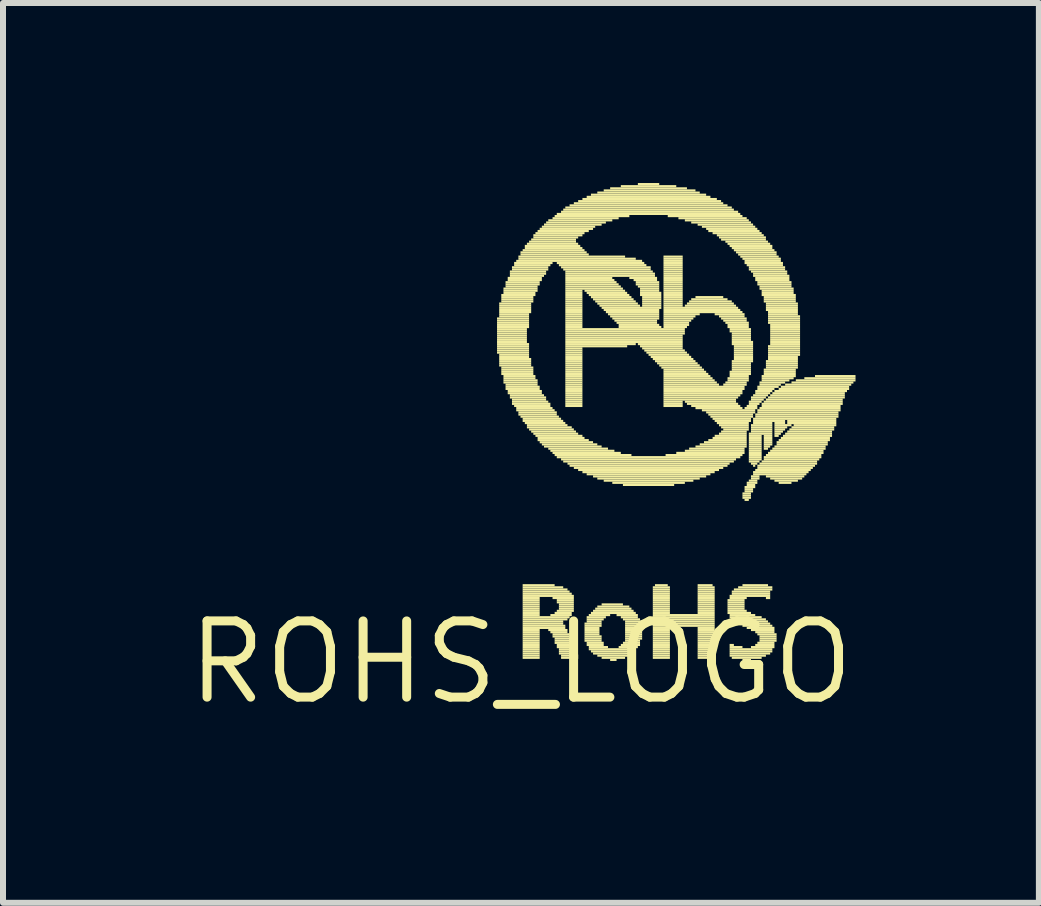
<source format=kicad_pcb>
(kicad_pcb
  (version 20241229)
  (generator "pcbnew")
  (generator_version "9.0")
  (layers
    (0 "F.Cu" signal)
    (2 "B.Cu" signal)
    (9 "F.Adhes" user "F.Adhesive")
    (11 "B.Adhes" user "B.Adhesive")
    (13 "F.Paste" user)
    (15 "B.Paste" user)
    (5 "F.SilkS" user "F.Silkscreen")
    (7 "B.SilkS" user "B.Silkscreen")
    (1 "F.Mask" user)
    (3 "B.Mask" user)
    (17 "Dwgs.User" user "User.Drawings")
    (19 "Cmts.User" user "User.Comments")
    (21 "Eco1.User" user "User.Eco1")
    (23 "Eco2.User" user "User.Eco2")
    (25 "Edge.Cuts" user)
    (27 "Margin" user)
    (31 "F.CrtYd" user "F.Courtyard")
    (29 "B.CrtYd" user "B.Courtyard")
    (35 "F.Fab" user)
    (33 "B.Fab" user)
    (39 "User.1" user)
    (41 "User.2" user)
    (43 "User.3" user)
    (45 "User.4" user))
  (footprint "ROHS_LOGO"
    (layer "F.Cu")
    (at 5.632 7.988)
    (property "Reference" "ROHS_LOGO" (at 0 0 0) (layer "F.SilkS") (effects (font (size 1.27 1.27) (thickness 0.15))))
    (fp_poly (pts (xy -0.399 -5.713) (xy 0.135 -5.713) (xy 0.135 -5.748) (xy -0.399 -5.748)) (stroke (width 0) (type default)) (fill yes) (layer "F.SilkS"))
    (fp_poly (pts (xy -0.399 -5.677) (xy 0.135 -5.677) (xy 0.135 -5.713) (xy -0.399 -5.713)) (stroke (width 0) (type default)) (fill yes) (layer "F.SilkS"))
    (fp_poly (pts (xy -0.399 -5.641) (xy 0.135 -5.641) (xy 0.135 -5.677) (xy -0.399 -5.677)) (stroke (width 0) (type default)) (fill yes) (layer "F.SilkS"))
    (fp_poly (pts (xy -0.399 -5.606) (xy 0.135 -5.606) (xy 0.135 -5.641) (xy -0.399 -5.641)) (stroke (width 0) (type default)) (fill yes) (layer "F.SilkS"))
    (fp_poly (pts (xy -0.399 -5.57) (xy 0.135 -5.57) (xy 0.135 -5.606) (xy -0.399 -5.606)) (stroke (width 0) (type default)) (fill yes) (layer "F.SilkS"))
    (fp_poly (pts (xy -0.399 -5.535) (xy 0.099 -5.535) (xy 0.099 -5.57) (xy -0.399 -5.57)) (stroke (width 0) (type default)) (fill yes) (layer "F.SilkS"))
    (fp_poly (pts (xy -0.399 -5.499) (xy 0.099 -5.499) (xy 0.099 -5.535) (xy -0.399 -5.535)) (stroke (width 0) (type default)) (fill yes) (layer "F.SilkS"))
    (fp_poly (pts (xy -0.399 -5.463) (xy 0.099 -5.463) (xy 0.099 -5.499) (xy -0.399 -5.499)) (stroke (width 0) (type default)) (fill yes) (layer "F.SilkS"))
    (fp_poly (pts (xy -0.399 -5.428) (xy 0.099 -5.428) (xy 0.099 -5.463) (xy -0.399 -5.463)) (stroke (width 0) (type default)) (fill yes) (layer "F.SilkS"))
    (fp_poly (pts (xy -0.399 -5.392) (xy 0.099 -5.392) (xy 0.099 -5.428) (xy -0.399 -5.428)) (stroke (width 0) (type default)) (fill yes) (layer "F.SilkS"))
    (fp_poly (pts (xy -0.399 -5.357) (xy 0.099 -5.357) (xy 0.099 -5.392) (xy -0.399 -5.392)) (stroke (width 0) (type default)) (fill yes) (layer "F.SilkS"))
    (fp_poly (pts (xy -0.399 -5.321) (xy 0.099 -5.321) (xy 0.099 -5.357) (xy -0.399 -5.357)) (stroke (width 0) (type default)) (fill yes) (layer "F.SilkS"))
    (fp_poly (pts (xy -0.399 -5.286) (xy 0.135 -5.286) (xy 0.135 -5.321) (xy -0.399 -5.321)) (stroke (width 0) (type default)) (fill yes) (layer "F.SilkS"))
    (fp_poly (pts (xy -0.399 -5.25) (xy 0.135 -5.25) (xy 0.135 -5.286) (xy -0.399 -5.286)) (stroke (width 0) (type default)) (fill yes) (layer "F.SilkS"))
    (fp_poly (pts (xy -0.399 -5.215) (xy 0.135 -5.215) (xy 0.135 -5.25) (xy -0.399 -5.25)) (stroke (width 0) (type default)) (fill yes) (layer "F.SilkS"))
    (fp_poly (pts (xy -0.399 -5.179) (xy 0.135 -5.179) (xy 0.135 -5.215) (xy -0.399 -5.215)) (stroke (width 0) (type default)) (fill yes) (layer "F.SilkS"))
    (fp_poly (pts (xy -0.399 -5.144) (xy 0.135 -5.144) (xy 0.135 -5.179) (xy -0.399 -5.179)) (stroke (width 0) (type default)) (fill yes) (layer "F.SilkS"))
    (fp_poly (pts (xy -0.363 -5.961) (xy 0.17 -5.961) (xy 0.17 -5.997) (xy -0.363 -5.997)) (stroke (width 0) (type default)) (fill yes) (layer "F.SilkS"))
    (fp_poly (pts (xy -0.363 -5.926) (xy 0.17 -5.926) (xy 0.17 -5.961) (xy -0.363 -5.961)) (stroke (width 0) (type default)) (fill yes) (layer "F.SilkS"))
    (fp_poly (pts (xy -0.363 -5.89) (xy 0.17 -5.89) (xy 0.17 -5.926) (xy -0.363 -5.926)) (stroke (width 0) (type default)) (fill yes) (layer "F.SilkS"))
    (fp_poly (pts (xy -0.363 -5.855) (xy 0.17 -5.855) (xy 0.17 -5.89) (xy -0.363 -5.89)) (stroke (width 0) (type default)) (fill yes) (layer "F.SilkS"))
    (fp_poly (pts (xy -0.363 -5.819) (xy 0.17 -5.819) (xy 0.17 -5.855) (xy -0.363 -5.855)) (stroke (width 0) (type default)) (fill yes) (layer "F.SilkS"))
    (fp_poly (pts (xy -0.363 -5.784) (xy 0.135 -5.784) (xy 0.135 -5.819) (xy -0.363 -5.819)) (stroke (width 0) (type default)) (fill yes) (layer "F.SilkS"))
    (fp_poly (pts (xy -0.363 -5.748) (xy 0.135 -5.748) (xy 0.135 -5.784) (xy -0.363 -5.784)) (stroke (width 0) (type default)) (fill yes) (layer "F.SilkS"))
    (fp_poly (pts (xy -0.363 -5.108) (xy 0.135 -5.108) (xy 0.135 -5.144) (xy -0.363 -5.144)) (stroke (width 0) (type default)) (fill yes) (layer "F.SilkS"))
    (fp_poly (pts (xy -0.363 -5.072) (xy 0.135 -5.072) (xy 0.135 -5.108) (xy -0.363 -5.108)) (stroke (width 0) (type default)) (fill yes) (layer "F.SilkS"))
    (fp_poly (pts (xy -0.363 -5.037) (xy 0.17 -5.037) (xy 0.17 -5.072) (xy -0.363 -5.072)) (stroke (width 0) (type default)) (fill yes) (layer "F.SilkS"))
    (fp_poly (pts (xy -0.363 -5.001) (xy 0.17 -5.001) (xy 0.17 -5.037) (xy -0.363 -5.037)) (stroke (width 0) (type default)) (fill yes) (layer "F.SilkS"))
    (fp_poly (pts (xy -0.363 -4.966) (xy 0.17 -4.966) (xy 0.17 -5.001) (xy -0.363 -5.001)) (stroke (width 0) (type default)) (fill yes) (layer "F.SilkS"))
    (fp_poly (pts (xy -0.363 -4.93) (xy 0.17 -4.93) (xy 0.17 -4.966) (xy -0.363 -4.966)) (stroke (width 0) (type default)) (fill yes) (layer "F.SilkS"))
    (fp_poly (pts (xy -0.328 -6.104) (xy 0.241 -6.104) (xy 0.241 -6.139) (xy -0.328 -6.139)) (stroke (width 0) (type default)) (fill yes) (layer "F.SilkS"))
    (fp_poly (pts (xy -0.328 -6.068) (xy 0.206 -6.068) (xy 0.206 -6.104) (xy -0.328 -6.104)) (stroke (width 0) (type default)) (fill yes) (layer "F.SilkS"))
    (fp_poly (pts (xy -0.328 -6.032) (xy 0.206 -6.032) (xy 0.206 -6.068) (xy -0.328 -6.068)) (stroke (width 0) (type default)) (fill yes) (layer "F.SilkS"))
    (fp_poly (pts (xy -0.328 -5.997) (xy 0.206 -5.997) (xy 0.206 -6.032) (xy -0.328 -6.032)) (stroke (width 0) (type default)) (fill yes) (layer "F.SilkS"))
    (fp_poly (pts (xy -0.328 -4.895) (xy 0.206 -4.895) (xy 0.206 -4.93) (xy -0.328 -4.93)) (stroke (width 0) (type default)) (fill yes) (layer "F.SilkS"))
    (fp_poly (pts (xy -0.328 -4.859) (xy 0.206 -4.859) (xy 0.206 -4.895) (xy -0.328 -4.895)) (stroke (width 0) (type default)) (fill yes) (layer "F.SilkS"))
    (fp_poly (pts (xy -0.328 -4.824) (xy 0.206 -4.824) (xy 0.206 -4.859) (xy -0.328 -4.859)) (stroke (width 0) (type default)) (fill yes) (layer "F.SilkS"))
    (fp_poly (pts (xy -0.328 -4.788) (xy 0.206 -4.788) (xy 0.206 -4.824) (xy -0.328 -4.824)) (stroke (width 0) (type default)) (fill yes) (layer "F.SilkS"))
    (fp_poly (pts (xy -0.292 -6.21) (xy 0.277 -6.21) (xy 0.277 -6.246) (xy -0.292 -6.246)) (stroke (width 0) (type default)) (fill yes) (layer "F.SilkS"))
    (fp_poly (pts (xy -0.292 -6.175) (xy 0.277 -6.175) (xy 0.277 -6.21) (xy -0.292 -6.21)) (stroke (width 0) (type default)) (fill yes) (layer "F.SilkS"))
    (fp_poly (pts (xy -0.292 -6.139) (xy 0.241 -6.139) (xy 0.241 -6.175) (xy -0.292 -6.175)) (stroke (width 0) (type default)) (fill yes) (layer "F.SilkS"))
    (fp_poly (pts (xy -0.292 -4.752) (xy 0.241 -4.752) (xy 0.241 -4.788) (xy -0.292 -4.788)) (stroke (width 0) (type default)) (fill yes) (layer "F.SilkS"))
    (fp_poly (pts (xy -0.292 -4.717) (xy 0.241 -4.717) (xy 0.241 -4.752) (xy -0.292 -4.752)) (stroke (width 0) (type default)) (fill yes) (layer "F.SilkS"))
    (fp_poly (pts (xy -0.292 -4.681) (xy 0.277 -4.681) (xy 0.277 -4.717) (xy -0.292 -4.717)) (stroke (width 0) (type default)) (fill yes) (layer "F.SilkS"))
    (fp_poly (pts (xy -0.292 -4.646) (xy 0.277 -4.646) (xy 0.277 -4.681) (xy -0.292 -4.681)) (stroke (width 0) (type default)) (fill yes) (layer "F.SilkS"))
    (fp_poly (pts (xy -0.257 -6.317) (xy 0.312 -6.317) (xy 0.312 -6.353) (xy -0.257 -6.353)) (stroke (width 0) (type default)) (fill yes) (layer "F.SilkS"))
    (fp_poly (pts (xy -0.257 -6.281) (xy 0.312 -6.281) (xy 0.312 -6.317) (xy -0.257 -6.317)) (stroke (width 0) (type default)) (fill yes) (layer "F.SilkS"))
    (fp_poly (pts (xy -0.257 -6.246) (xy 0.277 -6.246) (xy 0.277 -6.281) (xy -0.257 -6.281)) (stroke (width 0) (type default)) (fill yes) (layer "F.SilkS"))
    (fp_poly (pts (xy -0.257 -4.61) (xy 0.277 -4.61) (xy 0.277 -4.646) (xy -0.257 -4.646)) (stroke (width 0) (type default)) (fill yes) (layer "F.SilkS"))
    (fp_poly (pts (xy -0.257 -4.574) (xy 0.312 -4.574) (xy 0.312 -4.61) (xy -0.257 -4.61)) (stroke (width 0) (type default)) (fill yes) (layer "F.SilkS"))
    (fp_poly (pts (xy -0.257 -4.539) (xy 0.312 -4.539) (xy 0.312 -4.574) (xy -0.257 -4.574)) (stroke (width 0) (type default)) (fill yes) (layer "F.SilkS"))
    (fp_poly (pts (xy -0.221 -6.388) (xy 0.348 -6.388) (xy 0.348 -6.424) (xy -0.221 -6.424)) (stroke (width 0) (type default)) (fill yes) (layer "F.SilkS"))
    (fp_poly (pts (xy -0.221 -6.353) (xy 0.348 -6.353) (xy 0.348 -6.388) (xy -0.221 -6.388)) (stroke (width 0) (type default)) (fill yes) (layer "F.SilkS"))
    (fp_poly (pts (xy -0.221 -4.503) (xy 0.348 -4.503) (xy 0.348 -4.539) (xy -0.221 -4.539)) (stroke (width 0) (type default)) (fill yes) (layer "F.SilkS"))
    (fp_poly (pts (xy -0.221 -4.468) (xy 0.348 -4.468) (xy 0.348 -4.503) (xy -0.221 -4.503)) (stroke (width 0) (type default)) (fill yes) (layer "F.SilkS"))
    (fp_poly (pts (xy -0.185 -6.495) (xy 0.419 -6.495) (xy 0.419 -6.53) (xy -0.185 -6.53)) (stroke (width 0) (type default)) (fill yes) (layer "F.SilkS"))
    (fp_poly (pts (xy -0.185 -6.459) (xy 0.419 -6.459) (xy 0.419 -6.495) (xy -0.185 -6.495)) (stroke (width 0) (type default)) (fill yes) (layer "F.SilkS"))
    (fp_poly (pts (xy -0.185 -6.424) (xy 0.384 -6.424) (xy 0.384 -6.459) (xy -0.185 -6.459)) (stroke (width 0) (type default)) (fill yes) (layer "F.SilkS"))
    (fp_poly (pts (xy -0.185 -4.432) (xy 0.384 -4.432) (xy 0.384 -4.468) (xy -0.185 -4.468)) (stroke (width 0) (type default)) (fill yes) (layer "F.SilkS"))
    (fp_poly (pts (xy -0.185 -4.397) (xy 0.419 -4.397) (xy 0.419 -4.432) (xy -0.185 -4.432)) (stroke (width 0) (type default)) (fill yes) (layer "F.SilkS"))
    (fp_poly (pts (xy -0.15 -6.566) (xy 0.455 -6.566) (xy 0.455 -6.601) (xy -0.15 -6.601)) (stroke (width 0) (type default)) (fill yes) (layer "F.SilkS"))
    (fp_poly (pts (xy -0.15 -6.53) (xy 0.455 -6.53) (xy 0.455 -6.566) (xy -0.15 -6.566)) (stroke (width 0) (type default)) (fill yes) (layer "F.SilkS"))
    (fp_poly (pts (xy -0.15 -4.361) (xy 0.419 -4.361) (xy 0.419 -4.397) (xy -0.15 -4.397)) (stroke (width 0) (type default)) (fill yes) (layer "F.SilkS"))
    (fp_poly (pts (xy -0.15 -4.326) (xy 0.455 -4.326) (xy 0.455 -4.361) (xy -0.15 -4.361)) (stroke (width 0) (type default)) (fill yes) (layer "F.SilkS"))
    (fp_poly (pts (xy -0.15 -4.29) (xy 0.49 -4.29) (xy 0.49 -4.326) (xy -0.15 -4.326)) (stroke (width 0) (type default)) (fill yes) (layer "F.SilkS"))
    (fp_poly (pts (xy -0.114 -6.637) (xy 0.526 -6.637) (xy 0.526 -6.673) (xy -0.114 -6.673)) (stroke (width 0) (type default)) (fill yes) (layer "F.SilkS"))
    (fp_poly (pts (xy -0.114 -6.601) (xy 0.49 -6.601) (xy 0.49 -6.637) (xy -0.114 -6.637)) (stroke (width 0) (type default)) (fill yes) (layer "F.SilkS"))
    (fp_poly (pts (xy -0.114 -4.255) (xy 0.49 -4.255) (xy 0.49 -4.29) (xy -0.114 -4.29)) (stroke (width 0) (type default)) (fill yes) (layer "F.SilkS"))
    (fp_poly (pts (xy -0.079 -6.673) (xy 2.019 -6.673) (xy 2.019 -6.708) (xy -0.079 -6.708)) (stroke (width 0) (type default)) (fill yes) (layer "F.SilkS"))
    (fp_poly (pts (xy -0.079 -4.219) (xy 0.526 -4.219) (xy 0.526 -4.255) (xy -0.079 -4.255)) (stroke (width 0) (type default)) (fill yes) (layer "F.SilkS"))
    (fp_poly (pts (xy -0.079 -4.183) (xy 0.561 -4.183) (xy 0.561 -4.219) (xy -0.079 -4.219)) (stroke (width 0) (type default)) (fill yes) (layer "F.SilkS"))
    (fp_poly (pts (xy -0.043 -6.744) (xy 1.735 -6.744) (xy 1.735 -6.779) (xy -0.043 -6.779)) (stroke (width 0) (type default)) (fill yes) (layer "F.SilkS"))
    (fp_poly (pts (xy -0.043 -6.708) (xy 1.913 -6.708) (xy 1.913 -6.744) (xy -0.043 -6.744)) (stroke (width 0) (type default)) (fill yes) (layer "F.SilkS"))
    (fp_poly (pts (xy -0.043 -4.148) (xy 0.597 -4.148) (xy 0.597 -4.183) (xy -0.043 -4.183)) (stroke (width 0) (type default)) (fill yes) (layer "F.SilkS"))
    (fp_poly (pts (xy -0.043 -4.112) (xy 0.597 -4.112) (xy 0.597 -4.148) (xy -0.043 -4.148)) (stroke (width 0) (type default)) (fill yes) (layer "F.SilkS"))
    (fp_poly (pts (xy -0.008 -6.815) (xy 1.095 -6.815) (xy 1.095 -6.85) (xy -0.008 -6.85)) (stroke (width 0) (type default)) (fill yes) (layer "F.SilkS"))
    (fp_poly (pts (xy -0.008 -6.779) (xy 1.13 -6.779) (xy 1.13 -6.815) (xy -0.008 -6.815)) (stroke (width 0) (type default)) (fill yes) (layer "F.SilkS"))
    (fp_poly (pts (xy -0.008 -4.077) (xy 0.632 -4.077) (xy 0.632 -4.112) (xy -0.008 -4.112)) (stroke (width 0) (type default)) (fill yes) (layer "F.SilkS"))
    (fp_poly (pts (xy 0.028 -6.85) (xy 1.059 -6.85) (xy 1.059 -6.886) (xy 0.028 -6.886)) (stroke (width 0) (type default)) (fill yes) (layer "F.SilkS"))
    (fp_poly (pts (xy 0.028 -4.041) (xy 0.668 -4.041) (xy 0.668 -4.077) (xy 0.028 -4.077)) (stroke (width 0) (type default)) (fill yes) (layer "F.SilkS"))
    (fp_poly (pts (xy 0.028 -4.006) (xy 0.704 -4.006) (xy 0.704 -4.041) (xy 0.028 -4.041)) (stroke (width 0) (type default)) (fill yes) (layer "F.SilkS"))
    (fp_poly (pts (xy 0.028 -1.268) (xy 0.561 -1.268) (xy 0.561 -1.303) (xy 0.028 -1.303)) (stroke (width 0) (type default)) (fill yes) (layer "F.SilkS"))
    (fp_poly (pts (xy 0.028 -1.232) (xy 0.704 -1.232) (xy 0.704 -1.268) (xy 0.028 -1.268)) (stroke (width 0) (type default)) (fill yes) (layer "F.SilkS"))
    (fp_poly (pts (xy 0.028 -1.196) (xy 0.775 -1.196) (xy 0.775 -1.232) (xy 0.028 -1.232)) (stroke (width 0) (type default)) (fill yes) (layer "F.SilkS"))
    (fp_poly (pts (xy 0.028 -1.161) (xy 0.81 -1.161) (xy 0.81 -1.196) (xy 0.028 -1.196)) (stroke (width 0) (type default)) (fill yes) (layer "F.SilkS"))
    (fp_poly (pts (xy 0.028 -1.125) (xy 0.846 -1.125) (xy 0.846 -1.161) (xy 0.028 -1.161)) (stroke (width 0) (type default)) (fill yes) (layer "F.SilkS"))
    (fp_poly (pts (xy 0.028 -1.09) (xy 0.881 -1.09) (xy 0.881 -1.125) (xy 0.028 -1.125)) (stroke (width 0) (type default)) (fill yes) (layer "F.SilkS"))
    (fp_poly (pts (xy 0.028 -1.054) (xy 0.312 -1.054) (xy 0.312 -1.09) (xy 0.028 -1.09)) (stroke (width 0) (type default)) (fill yes) (layer "F.SilkS"))
    (fp_poly (pts (xy 0.028 -1.018) (xy 0.312 -1.018) (xy 0.312 -1.054) (xy 0.028 -1.054)) (stroke (width 0) (type default)) (fill yes) (layer "F.SilkS"))
    (fp_poly (pts (xy 0.028 -0.983) (xy 0.312 -0.983) (xy 0.312 -1.018) (xy 0.028 -1.018)) (stroke (width 0) (type default)) (fill yes) (layer "F.SilkS"))
    (fp_poly (pts (xy 0.028 -0.947) (xy 0.312 -0.947) (xy 0.312 -0.983) (xy 0.028 -0.983)) (stroke (width 0) (type default)) (fill yes) (layer "F.SilkS"))
    (fp_poly (pts (xy 0.028 -0.912) (xy 0.312 -0.912) (xy 0.312 -0.947) (xy 0.028 -0.947)) (stroke (width 0) (type default)) (fill yes) (layer "F.SilkS"))
    (fp_poly (pts (xy 0.028 -0.876) (xy 0.312 -0.876) (xy 0.312 -0.912) (xy 0.028 -0.912)) (stroke (width 0) (type default)) (fill yes) (layer "F.SilkS"))
    (fp_poly (pts (xy 0.028 -0.841) (xy 0.312 -0.841) (xy 0.312 -0.876) (xy 0.028 -0.876)) (stroke (width 0) (type default)) (fill yes) (layer "F.SilkS"))
    (fp_poly (pts (xy 0.028 -0.805) (xy 0.312 -0.805) (xy 0.312 -0.841) (xy 0.028 -0.841)) (stroke (width 0) (type default)) (fill yes) (layer "F.SilkS"))
    (fp_poly (pts (xy 0.028 -0.77) (xy 0.312 -0.77) (xy 0.312 -0.805) (xy 0.028 -0.805)) (stroke (width 0) (type default)) (fill yes) (layer "F.SilkS"))
    (fp_poly (pts (xy 0.028 -0.734) (xy 0.81 -0.734) (xy 0.81 -0.77) (xy 0.028 -0.77)) (stroke (width 0) (type default)) (fill yes) (layer "F.SilkS"))
    (fp_poly (pts (xy 0.028 -0.699) (xy 0.775 -0.699) (xy 0.775 -0.734) (xy 0.028 -0.734)) (stroke (width 0) (type default)) (fill yes) (layer "F.SilkS"))
    (fp_poly (pts (xy 0.028 -0.663) (xy 0.704 -0.663) (xy 0.704 -0.699) (xy 0.028 -0.699)) (stroke (width 0) (type default)) (fill yes) (layer "F.SilkS"))
    (fp_poly (pts (xy 0.028 -0.627) (xy 0.704 -0.627) (xy 0.704 -0.663) (xy 0.028 -0.663)) (stroke (width 0) (type default)) (fill yes) (layer "F.SilkS"))
    (fp_poly (pts (xy 0.028 -0.592) (xy 0.739 -0.592) (xy 0.739 -0.627) (xy 0.028 -0.627)) (stroke (width 0) (type default)) (fill yes) (layer "F.SilkS"))
    (fp_poly (pts (xy 0.028 -0.556) (xy 0.739 -0.556) (xy 0.739 -0.592) (xy 0.028 -0.592)) (stroke (width 0) (type default)) (fill yes) (layer "F.SilkS"))
    (fp_poly (pts (xy 0.028 -0.521) (xy 0.312 -0.521) (xy 0.312 -0.556) (xy 0.028 -0.556)) (stroke (width 0) (type default)) (fill yes) (layer "F.SilkS"))
    (fp_poly (pts (xy 0.028 -0.485) (xy 0.312 -0.485) (xy 0.312 -0.521) (xy 0.028 -0.521)) (stroke (width 0) (type default)) (fill yes) (layer "F.SilkS"))
    (fp_poly (pts (xy 0.028 -0.45) (xy 0.312 -0.45) (xy 0.312 -0.485) (xy 0.028 -0.485)) (stroke (width 0) (type default)) (fill yes) (layer "F.SilkS"))
    (fp_poly (pts (xy 0.028 -0.414) (xy 0.312 -0.414) (xy 0.312 -0.45) (xy 0.028 -0.45)) (stroke (width 0) (type default)) (fill yes) (layer "F.SilkS"))
    (fp_poly (pts (xy 0.028 -0.379) (xy 0.312 -0.379) (xy 0.312 -0.414) (xy 0.028 -0.414)) (stroke (width 0) (type default)) (fill yes) (layer "F.SilkS"))
    (fp_poly (pts (xy 0.028 -0.343) (xy 0.312 -0.343) (xy 0.312 -0.379) (xy 0.028 -0.379)) (stroke (width 0) (type default)) (fill yes) (layer "F.SilkS"))
    (fp_poly (pts (xy 0.028 -0.307) (xy 0.312 -0.307) (xy 0.312 -0.343) (xy 0.028 -0.343)) (stroke (width 0) (type default)) (fill yes) (layer "F.SilkS"))
    (fp_poly (pts (xy 0.028 -0.272) (xy 0.312 -0.272) (xy 0.312 -0.307) (xy 0.028 -0.307)) (stroke (width 0) (type default)) (fill yes) (layer "F.SilkS"))
    (fp_poly (pts (xy 0.028 -0.236) (xy 0.312 -0.236) (xy 0.312 -0.272) (xy 0.028 -0.272)) (stroke (width 0) (type default)) (fill yes) (layer "F.SilkS"))
    (fp_poly (pts (xy 0.028 -0.201) (xy 0.312 -0.201) (xy 0.312 -0.236) (xy 0.028 -0.236)) (stroke (width 0) (type default)) (fill yes) (layer "F.SilkS"))
    (fp_poly (pts (xy 0.028 -0.165) (xy 0.312 -0.165) (xy 0.312 -0.201) (xy 0.028 -0.201)) (stroke (width 0) (type default)) (fill yes) (layer "F.SilkS"))
    (fp_poly (pts (xy 0.028 -0.13) (xy 0.312 -0.13) (xy 0.312 -0.165) (xy 0.028 -0.165)) (stroke (width 0) (type default)) (fill yes) (layer "F.SilkS"))
    (fp_poly (pts (xy 0.028 -0.094) (xy 0.312 -0.094) (xy 0.312 -0.13) (xy 0.028 -0.13)) (stroke (width 0) (type default)) (fill yes) (layer "F.SilkS"))
    (fp_poly (pts (xy 0.028 -0.058) (xy 0.312 -0.058) (xy 0.312 -0.094) (xy 0.028 -0.094)) (stroke (width 0) (type default)) (fill yes) (layer "F.SilkS"))
    (fp_poly (pts (xy 0.064 -6.921) (xy 0.988 -6.921) (xy 0.988 -6.957) (xy 0.064 -6.957)) (stroke (width 0) (type default)) (fill yes) (layer "F.SilkS"))
    (fp_poly (pts (xy 0.064 -6.886) (xy 1.024 -6.886) (xy 1.024 -6.921) (xy 0.064 -6.921)) (stroke (width 0) (type default)) (fill yes) (layer "F.SilkS"))
    (fp_poly (pts (xy 0.064 -3.97) (xy 0.739 -3.97) (xy 0.739 -4.006) (xy 0.064 -4.006)) (stroke (width 0) (type default)) (fill yes) (layer "F.SilkS"))
    (fp_poly (pts (xy 0.099 -6.957) (xy 0.953 -6.957) (xy 0.953 -6.993) (xy 0.099 -6.993)) (stroke (width 0) (type default)) (fill yes) (layer "F.SilkS"))
    (fp_poly (pts (xy 0.099 -3.934) (xy 0.775 -3.934) (xy 0.775 -3.97) (xy 0.099 -3.97)) (stroke (width 0) (type default)) (fill yes) (layer "F.SilkS"))
    (fp_poly (pts (xy 0.099 -3.899) (xy 0.846 -3.899) (xy 0.846 -3.934) (xy 0.099 -3.934)) (stroke (width 0) (type default)) (fill yes) (layer "F.SilkS"))
    (fp_poly (pts (xy 0.135 -6.993) (xy 0.917 -6.993) (xy 0.917 -7.028) (xy 0.135 -7.028)) (stroke (width 0) (type default)) (fill yes) (layer "F.SilkS"))
    (fp_poly (pts (xy 0.135 -3.863) (xy 0.881 -3.863) (xy 0.881 -3.899) (xy 0.135 -3.899)) (stroke (width 0) (type default)) (fill yes) (layer "F.SilkS"))
    (fp_poly (pts (xy 0.17 -7.028) (xy 0.917 -7.028) (xy 0.917 -7.064) (xy 0.17 -7.064)) (stroke (width 0) (type default)) (fill yes) (layer "F.SilkS"))
    (fp_poly (pts (xy 0.17 -3.828) (xy 0.917 -3.828) (xy 0.917 -3.863) (xy 0.17 -3.863)) (stroke (width 0) (type default)) (fill yes) (layer "F.SilkS"))
    (fp_poly (pts (xy 0.206 -7.099) (xy 1.024 -7.099) (xy 1.024 -7.135) (xy 0.206 -7.135)) (stroke (width 0) (type default)) (fill yes) (layer "F.SilkS"))
    (fp_poly (pts (xy 0.206 -7.064) (xy 0.953 -7.064) (xy 0.953 -7.099) (xy 0.206 -7.099)) (stroke (width 0) (type default)) (fill yes) (layer "F.SilkS"))
    (fp_poly (pts (xy 0.206 -3.792) (xy 0.953 -3.792) (xy 0.953 -3.828) (xy 0.206 -3.828)) (stroke (width 0) (type default)) (fill yes) (layer "F.SilkS"))
    (fp_poly (pts (xy 0.241 -7.135) (xy 1.059 -7.135) (xy 1.059 -7.17) (xy 0.241 -7.17)) (stroke (width 0) (type default)) (fill yes) (layer "F.SilkS"))
    (fp_poly (pts (xy 0.241 -3.757) (xy 1.024 -3.757) (xy 1.024 -3.792) (xy 0.241 -3.792)) (stroke (width 0) (type default)) (fill yes) (layer "F.SilkS"))
    (fp_poly (pts (xy 0.277 -7.17) (xy 1.13 -7.17) (xy 1.13 -7.206) (xy 0.277 -7.206)) (stroke (width 0) (type default)) (fill yes) (layer "F.SilkS"))
    (fp_poly (pts (xy 0.277 -3.721) (xy 1.059 -3.721) (xy 1.059 -3.757) (xy 0.277 -3.757)) (stroke (width 0) (type default)) (fill yes) (layer "F.SilkS"))
    (fp_poly (pts (xy 0.277 -3.686) (xy 1.13 -3.686) (xy 1.13 -3.721) (xy 0.277 -3.721)) (stroke (width 0) (type default)) (fill yes) (layer "F.SilkS"))
    (fp_poly (pts (xy 0.312 -7.206) (xy 1.201 -7.206) (xy 1.201 -7.242) (xy 0.312 -7.242)) (stroke (width 0) (type default)) (fill yes) (layer "F.SilkS"))
    (fp_poly (pts (xy 0.312 -3.65) (xy 1.201 -3.65) (xy 1.201 -3.686) (xy 0.312 -3.686)) (stroke (width 0) (type default)) (fill yes) (layer "F.SilkS"))
    (fp_poly (pts (xy 0.348 -7.242) (xy 1.237 -7.242) (xy 1.237 -7.277) (xy 0.348 -7.277)) (stroke (width 0) (type default)) (fill yes) (layer "F.SilkS"))
    (fp_poly (pts (xy 0.348 -3.614) (xy 1.272 -3.614) (xy 1.272 -3.65) (xy 0.348 -3.65)) (stroke (width 0) (type default)) (fill yes) (layer "F.SilkS"))
    (fp_poly (pts (xy 0.384 -7.277) (xy 1.344 -7.277) (xy 1.344 -7.313) (xy 0.384 -7.313)) (stroke (width 0) (type default)) (fill yes) (layer "F.SilkS"))
    (fp_poly (pts (xy 0.384 -3.579) (xy 1.344 -3.579) (xy 1.344 -3.614) (xy 0.384 -3.614)) (stroke (width 0) (type default)) (fill yes) (layer "F.SilkS"))
    (fp_poly (pts (xy 0.419 -7.313) (xy 1.415 -7.313) (xy 1.415 -7.348) (xy 0.419 -7.348)) (stroke (width 0) (type default)) (fill yes) (layer "F.SilkS"))
    (fp_poly (pts (xy 0.455 -7.348) (xy 1.522 -7.348) (xy 1.522 -7.384) (xy 0.455 -7.384)) (stroke (width 0) (type default)) (fill yes) (layer "F.SilkS"))
    (fp_poly (pts (xy 0.455 -3.543) (xy 1.45 -3.543) (xy 1.45 -3.579) (xy 0.455 -3.579)) (stroke (width 0) (type default)) (fill yes) (layer "F.SilkS"))
    (fp_poly (pts (xy 0.455 -0.521) (xy 0.775 -0.521) (xy 0.775 -0.556) (xy 0.455 -0.556)) (stroke (width 0) (type default)) (fill yes) (layer "F.SilkS"))
    (fp_poly (pts (xy 0.49 -3.508) (xy 1.557 -3.508) (xy 1.557 -3.543) (xy 0.49 -3.543)) (stroke (width 0) (type default)) (fill yes) (layer "F.SilkS"))
    (fp_poly (pts (xy 0.49 -0.77) (xy 0.846 -0.77) (xy 0.846 -0.805) (xy 0.49 -0.805)) (stroke (width 0) (type default)) (fill yes) (layer "F.SilkS"))
    (fp_poly (pts (xy 0.49 -0.485) (xy 0.775 -0.485) (xy 0.775 -0.521) (xy 0.49 -0.521)) (stroke (width 0) (type default)) (fill yes) (layer "F.SilkS"))
    (fp_poly (pts (xy 0.526 -7.384) (xy 1.628 -7.384) (xy 1.628 -7.419) (xy 0.526 -7.419)) (stroke (width 0) (type default)) (fill yes) (layer "F.SilkS"))
    (fp_poly (pts (xy 0.526 -3.472) (xy 1.664 -3.472) (xy 1.664 -3.508) (xy 0.526 -3.508)) (stroke (width 0) (type default)) (fill yes) (layer "F.SilkS"))
    (fp_poly (pts (xy 0.526 -1.054) (xy 0.881 -1.054) (xy 0.881 -1.09) (xy 0.526 -1.09)) (stroke (width 0) (type default)) (fill yes) (layer "F.SilkS"))
    (fp_poly (pts (xy 0.526 -0.45) (xy 0.81 -0.45) (xy 0.81 -0.485) (xy 0.526 -0.485)) (stroke (width 0) (type default)) (fill yes) (layer "F.SilkS"))
    (fp_poly (pts (xy 0.526 -0.414) (xy 0.81 -0.414) (xy 0.81 -0.45) (xy 0.526 -0.45)) (stroke (width 0) (type default)) (fill yes) (layer "F.SilkS"))
    (fp_poly (pts (xy 0.561 -7.419) (xy 1.806 -7.419) (xy 1.806 -7.455) (xy 0.561 -7.455)) (stroke (width 0) (type default)) (fill yes) (layer "F.SilkS"))
    (fp_poly (pts (xy 0.561 -3.437) (xy 1.841 -3.437) (xy 1.841 -3.472) (xy 0.561 -3.472)) (stroke (width 0) (type default)) (fill yes) (layer "F.SilkS"))
    (fp_poly (pts (xy 0.561 -0.805) (xy 0.846 -0.805) (xy 0.846 -0.841) (xy 0.561 -0.841)) (stroke (width 0) (type default)) (fill yes) (layer "F.SilkS"))
    (fp_poly (pts (xy 0.561 -0.379) (xy 0.846 -0.379) (xy 0.846 -0.414) (xy 0.561 -0.414)) (stroke (width 0) (type default)) (fill yes) (layer "F.SilkS"))
    (fp_poly (pts (xy 0.561 -0.343) (xy 0.846 -0.343) (xy 0.846 -0.379) (xy 0.561 -0.379)) (stroke (width 0) (type default)) (fill yes) (layer "F.SilkS"))
    (fp_poly (pts (xy 0.561 -0.307) (xy 0.846 -0.307) (xy 0.846 -0.343) (xy 0.561 -0.343)) (stroke (width 0) (type default)) (fill yes) (layer "F.SilkS"))
    (fp_poly (pts (xy 0.597 -7.455) (xy 3.655 -7.455) (xy 3.655 -7.49) (xy 0.597 -7.49)) (stroke (width 0) (type default)) (fill yes) (layer "F.SilkS"))
    (fp_poly (pts (xy 0.597 -6.637) (xy 2.055 -6.637) (xy 2.055 -6.673) (xy 0.597 -6.673)) (stroke (width 0) (type default)) (fill yes) (layer "F.SilkS"))
    (fp_poly (pts (xy 0.597 -3.401) (xy 3.655 -3.401) (xy 3.655 -3.437) (xy 0.597 -3.437)) (stroke (width 0) (type default)) (fill yes) (layer "F.SilkS"))
    (fp_poly (pts (xy 0.597 -1.018) (xy 0.881 -1.018) (xy 0.881 -1.054) (xy 0.597 -1.054)) (stroke (width 0) (type default)) (fill yes) (layer "F.SilkS"))
    (fp_poly (pts (xy 0.597 -0.983) (xy 0.881 -0.983) (xy 0.881 -1.018) (xy 0.597 -1.018)) (stroke (width 0) (type default)) (fill yes) (layer "F.SilkS"))
    (fp_poly (pts (xy 0.597 -0.841) (xy 0.881 -0.841) (xy 0.881 -0.876) (xy 0.597 -0.876)) (stroke (width 0) (type default)) (fill yes) (layer "F.SilkS"))
    (fp_poly (pts (xy 0.597 -0.272) (xy 0.881 -0.272) (xy 0.881 -0.307) (xy 0.597 -0.307)) (stroke (width 0) (type default)) (fill yes) (layer "F.SilkS"))
    (fp_poly (pts (xy 0.597 -0.236) (xy 0.881 -0.236) (xy 0.881 -0.272) (xy 0.597 -0.272)) (stroke (width 0) (type default)) (fill yes) (layer "F.SilkS"))
    (fp_poly (pts (xy 0.632 -6.601) (xy 2.09 -6.601) (xy 2.09 -6.637) (xy 0.632 -6.637)) (stroke (width 0) (type default)) (fill yes) (layer "F.SilkS"))
    (fp_poly (pts (xy 0.632 -0.947) (xy 0.881 -0.947) (xy 0.881 -0.983) (xy 0.632 -0.983)) (stroke (width 0) (type default)) (fill yes) (layer "F.SilkS"))
    (fp_poly (pts (xy 0.632 -0.912) (xy 0.881 -0.912) (xy 0.881 -0.947) (xy 0.632 -0.947)) (stroke (width 0) (type default)) (fill yes) (layer "F.SilkS"))
    (fp_poly (pts (xy 0.632 -0.876) (xy 0.881 -0.876) (xy 0.881 -0.912) (xy 0.632 -0.912)) (stroke (width 0) (type default)) (fill yes) (layer "F.SilkS"))
    (fp_poly (pts (xy 0.632 -0.201) (xy 0.917 -0.201) (xy 0.917 -0.236) (xy 0.632 -0.236)) (stroke (width 0) (type default)) (fill yes) (layer "F.SilkS"))
    (fp_poly (pts (xy 0.632 -0.165) (xy 0.917 -0.165) (xy 0.917 -0.201) (xy 0.632 -0.201)) (stroke (width 0) (type default)) (fill yes) (layer "F.SilkS"))
    (fp_poly (pts (xy 0.632 -0.13) (xy 0.917 -0.13) (xy 0.917 -0.165) (xy 0.632 -0.165)) (stroke (width 0) (type default)) (fill yes) (layer "F.SilkS"))
    (fp_poly (pts (xy 0.668 -7.49) (xy 3.619 -7.49) (xy 3.619 -7.526) (xy 0.668 -7.526)) (stroke (width 0) (type default)) (fill yes) (layer "F.SilkS"))
    (fp_poly (pts (xy 0.668 -6.566) (xy 2.162 -6.566) (xy 2.162 -6.601) (xy 0.668 -6.601)) (stroke (width 0) (type default)) (fill yes) (layer "F.SilkS"))
    (fp_poly (pts (xy 0.668 -3.365) (xy 3.584 -3.365) (xy 3.584 -3.401) (xy 0.668 -3.401)) (stroke (width 0) (type default)) (fill yes) (layer "F.SilkS"))
    (fp_poly (pts (xy 0.668 -0.094) (xy 0.953 -0.094) (xy 0.953 -0.13) (xy 0.668 -0.13)) (stroke (width 0) (type default)) (fill yes) (layer "F.SilkS"))
    (fp_poly (pts (xy 0.668 -0.058) (xy 0.953 -0.058) (xy 0.953 -0.094) (xy 0.668 -0.094)) (stroke (width 0) (type default)) (fill yes) (layer "F.SilkS"))
    (fp_poly (pts (xy 0.704 -7.526) (xy 3.548 -7.526) (xy 3.548 -7.562) (xy 0.704 -7.562)) (stroke (width 0) (type default)) (fill yes) (layer "F.SilkS"))
    (fp_poly (pts (xy 0.704 -6.53) (xy 2.162 -6.53) (xy 2.162 -6.566) (xy 0.704 -6.566)) (stroke (width 0) (type default)) (fill yes) (layer "F.SilkS"))
    (fp_poly (pts (xy 0.704 -3.33) (xy 3.548 -3.33) (xy 3.548 -3.365) (xy 0.704 -3.365)) (stroke (width 0) (type default)) (fill yes) (layer "F.SilkS"))
    (fp_poly (pts (xy 0.739 -7.562) (xy 3.513 -7.562) (xy 3.513 -7.597) (xy 0.739 -7.597)) (stroke (width 0) (type default)) (fill yes) (layer "F.SilkS"))
    (fp_poly (pts (xy 0.739 -6.495) (xy 2.197 -6.495) (xy 2.197 -6.53) (xy 0.739 -6.53)) (stroke (width 0) (type default)) (fill yes) (layer "F.SilkS"))
    (fp_poly (pts (xy 0.739 -6.459) (xy 2.233 -6.459) (xy 2.233 -6.495) (xy 0.739 -6.495)) (stroke (width 0) (type default)) (fill yes) (layer "F.SilkS"))
    (fp_poly (pts (xy 0.739 -6.424) (xy 2.233 -6.424) (xy 2.233 -6.459) (xy 0.739 -6.459)) (stroke (width 0) (type default)) (fill yes) (layer "F.SilkS"))
    (fp_poly (pts (xy 0.739 -6.388) (xy 1.522 -6.388) (xy 1.522 -6.424) (xy 0.739 -6.424)) (stroke (width 0) (type default)) (fill yes) (layer "F.SilkS"))
    (fp_poly (pts (xy 0.739 -6.353) (xy 1.557 -6.353) (xy 1.557 -6.388) (xy 0.739 -6.388)) (stroke (width 0) (type default)) (fill yes) (layer "F.SilkS"))
    (fp_poly (pts (xy 0.739 -6.317) (xy 1.593 -6.317) (xy 1.593 -6.353) (xy 0.739 -6.353)) (stroke (width 0) (type default)) (fill yes) (layer "F.SilkS"))
    (fp_poly (pts (xy 0.739 -6.281) (xy 1.628 -6.281) (xy 1.628 -6.317) (xy 0.739 -6.317)) (stroke (width 0) (type default)) (fill yes) (layer "F.SilkS"))
    (fp_poly (pts (xy 0.739 -6.246) (xy 1.664 -6.246) (xy 1.664 -6.281) (xy 0.739 -6.281)) (stroke (width 0) (type default)) (fill yes) (layer "F.SilkS"))
    (fp_poly (pts (xy 0.739 -6.21) (xy 1.699 -6.21) (xy 1.699 -6.246) (xy 0.739 -6.246)) (stroke (width 0) (type default)) (fill yes) (layer "F.SilkS"))
    (fp_poly (pts (xy 0.739 -6.175) (xy 1.024 -6.175) (xy 1.024 -6.21) (xy 0.739 -6.21)) (stroke (width 0) (type default)) (fill yes) (layer "F.SilkS"))
    (fp_poly (pts (xy 0.739 -6.139) (xy 1.024 -6.139) (xy 1.024 -6.175) (xy 0.739 -6.175)) (stroke (width 0) (type default)) (fill yes) (layer "F.SilkS"))
    (fp_poly (pts (xy 0.739 -6.104) (xy 1.024 -6.104) (xy 1.024 -6.139) (xy 0.739 -6.139)) (stroke (width 0) (type default)) (fill yes) (layer "F.SilkS"))
    (fp_poly (pts (xy 0.739 -6.068) (xy 1.024 -6.068) (xy 1.024 -6.104) (xy 0.739 -6.104)) (stroke (width 0) (type default)) (fill yes) (layer "F.SilkS"))
    (fp_poly (pts (xy 0.739 -6.032) (xy 1.024 -6.032) (xy 1.024 -6.068) (xy 0.739 -6.068)) (stroke (width 0) (type default)) (fill yes) (layer "F.SilkS"))
    (fp_poly (pts (xy 0.739 -5.997) (xy 1.024 -5.997) (xy 1.024 -6.032) (xy 0.739 -6.032)) (stroke (width 0) (type default)) (fill yes) (layer "F.SilkS"))
    (fp_poly (pts (xy 0.739 -5.961) (xy 1.024 -5.961) (xy 1.024 -5.997) (xy 0.739 -5.997)) (stroke (width 0) (type default)) (fill yes) (layer "F.SilkS"))
    (fp_poly (pts (xy 0.739 -5.926) (xy 1.024 -5.926) (xy 1.024 -5.961) (xy 0.739 -5.961)) (stroke (width 0) (type default)) (fill yes) (layer "F.SilkS"))
    (fp_poly (pts (xy 0.739 -5.89) (xy 1.024 -5.89) (xy 1.024 -5.926) (xy 0.739 -5.926)) (stroke (width 0) (type default)) (fill yes) (layer "F.SilkS"))
    (fp_poly (pts (xy 0.739 -5.855) (xy 1.024 -5.855) (xy 1.024 -5.89) (xy 0.739 -5.89)) (stroke (width 0) (type default)) (fill yes) (layer "F.SilkS"))
    (fp_poly (pts (xy 0.739 -5.819) (xy 1.024 -5.819) (xy 1.024 -5.855) (xy 0.739 -5.855)) (stroke (width 0) (type default)) (fill yes) (layer "F.SilkS"))
    (fp_poly (pts (xy 0.739 -5.784) (xy 1.024 -5.784) (xy 1.024 -5.819) (xy 0.739 -5.819)) (stroke (width 0) (type default)) (fill yes) (layer "F.SilkS"))
    (fp_poly (pts (xy 0.739 -5.748) (xy 1.024 -5.748) (xy 1.024 -5.784) (xy 0.739 -5.784)) (stroke (width 0) (type default)) (fill yes) (layer "F.SilkS"))
    (fp_poly (pts (xy 0.739 -5.713) (xy 1.024 -5.713) (xy 1.024 -5.748) (xy 0.739 -5.748)) (stroke (width 0) (type default)) (fill yes) (layer "F.SilkS"))
    (fp_poly (pts (xy 0.739 -5.677) (xy 1.024 -5.677) (xy 1.024 -5.713) (xy 0.739 -5.713)) (stroke (width 0) (type default)) (fill yes) (layer "F.SilkS"))
    (fp_poly (pts (xy 0.739 -5.641) (xy 1.024 -5.641) (xy 1.024 -5.677) (xy 0.739 -5.677)) (stroke (width 0) (type default)) (fill yes) (layer "F.SilkS"))
    (fp_poly (pts (xy 0.739 -5.606) (xy 1.024 -5.606) (xy 1.024 -5.641) (xy 0.739 -5.641)) (stroke (width 0) (type default)) (fill yes) (layer "F.SilkS"))
    (fp_poly (pts (xy 0.739 -5.57) (xy 1.024 -5.57) (xy 1.024 -5.606) (xy 0.739 -5.606)) (stroke (width 0) (type default)) (fill yes) (layer "F.SilkS"))
    (fp_poly (pts (xy 0.739 -5.535) (xy 2.731 -5.535) (xy 2.731 -5.57) (xy 0.739 -5.57)) (stroke (width 0) (type default)) (fill yes) (layer "F.SilkS"))
    (fp_poly (pts (xy 0.739 -5.499) (xy 2.731 -5.499) (xy 2.731 -5.535) (xy 0.739 -5.535)) (stroke (width 0) (type default)) (fill yes) (layer "F.SilkS"))
    (fp_poly (pts (xy 0.739 -5.463) (xy 2.731 -5.463) (xy 2.731 -5.499) (xy 0.739 -5.499)) (stroke (width 0) (type default)) (fill yes) (layer "F.SilkS"))
    (fp_poly (pts (xy 0.739 -5.428) (xy 2.695 -5.428) (xy 2.695 -5.463) (xy 0.739 -5.463)) (stroke (width 0) (type default)) (fill yes) (layer "F.SilkS"))
    (fp_poly (pts (xy 0.739 -5.392) (xy 2.695 -5.392) (xy 2.695 -5.428) (xy 0.739 -5.428)) (stroke (width 0) (type default)) (fill yes) (layer "F.SilkS"))
    (fp_poly (pts (xy 0.739 -5.357) (xy 2.695 -5.357) (xy 2.695 -5.392) (xy 0.739 -5.392)) (stroke (width 0) (type default)) (fill yes) (layer "F.SilkS"))
    (fp_poly (pts (xy 0.739 -5.321) (xy 2.695 -5.321) (xy 2.695 -5.357) (xy 0.739 -5.357)) (stroke (width 0) (type default)) (fill yes) (layer "F.SilkS"))
    (fp_poly (pts (xy 0.739 -5.286) (xy 1.913 -5.286) (xy 1.913 -5.321) (xy 0.739 -5.321)) (stroke (width 0) (type default)) (fill yes) (layer "F.SilkS"))
    (fp_poly (pts (xy 0.739 -5.25) (xy 1.77 -5.25) (xy 1.77 -5.286) (xy 0.739 -5.286)) (stroke (width 0) (type default)) (fill yes) (layer "F.SilkS"))
    (fp_poly (pts (xy 0.739 -5.215) (xy 1.024 -5.215) (xy 1.024 -5.25) (xy 0.739 -5.25)) (stroke (width 0) (type default)) (fill yes) (layer "F.SilkS"))
    (fp_poly (pts (xy 0.739 -5.179) (xy 1.024 -5.179) (xy 1.024 -5.215) (xy 0.739 -5.215)) (stroke (width 0) (type default)) (fill yes) (layer "F.SilkS"))
    (fp_poly (pts (xy 0.739 -5.144) (xy 1.024 -5.144) (xy 1.024 -5.179) (xy 0.739 -5.179)) (stroke (width 0) (type default)) (fill yes) (layer "F.SilkS"))
    (fp_poly (pts (xy 0.739 -5.108) (xy 1.024 -5.108) (xy 1.024 -5.144) (xy 0.739 -5.144)) (stroke (width 0) (type default)) (fill yes) (layer "F.SilkS"))
    (fp_poly (pts (xy 0.739 -5.072) (xy 1.024 -5.072) (xy 1.024 -5.108) (xy 0.739 -5.108)) (stroke (width 0) (type default)) (fill yes) (layer "F.SilkS"))
    (fp_poly (pts (xy 0.739 -5.037) (xy 1.024 -5.037) (xy 1.024 -5.072) (xy 0.739 -5.072)) (stroke (width 0) (type default)) (fill yes) (layer "F.SilkS"))
    (fp_poly (pts (xy 0.739 -5.001) (xy 1.024 -5.001) (xy 1.024 -5.037) (xy 0.739 -5.037)) (stroke (width 0) (type default)) (fill yes) (layer "F.SilkS"))
    (fp_poly (pts (xy 0.739 -4.966) (xy 1.024 -4.966) (xy 1.024 -5.001) (xy 0.739 -5.001)) (stroke (width 0) (type default)) (fill yes) (layer "F.SilkS"))
    (fp_poly (pts (xy 0.739 -4.93) (xy 1.024 -4.93) (xy 1.024 -4.966) (xy 0.739 -4.966)) (stroke (width 0) (type default)) (fill yes) (layer "F.SilkS"))
    (fp_poly (pts (xy 0.739 -4.895) (xy 1.024 -4.895) (xy 1.024 -4.93) (xy 0.739 -4.93)) (stroke (width 0) (type default)) (fill yes) (layer "F.SilkS"))
    (fp_poly (pts (xy 0.739 -4.859) (xy 1.024 -4.859) (xy 1.024 -4.895) (xy 0.739 -4.895)) (stroke (width 0) (type default)) (fill yes) (layer "F.SilkS"))
    (fp_poly (pts (xy 0.739 -4.824) (xy 1.024 -4.824) (xy 1.024 -4.859) (xy 0.739 -4.859)) (stroke (width 0) (type default)) (fill yes) (layer "F.SilkS"))
    (fp_poly (pts (xy 0.739 -4.788) (xy 1.024 -4.788) (xy 1.024 -4.824) (xy 0.739 -4.824)) (stroke (width 0) (type default)) (fill yes) (layer "F.SilkS"))
    (fp_poly (pts (xy 0.739 -4.752) (xy 1.024 -4.752) (xy 1.024 -4.788) (xy 0.739 -4.788)) (stroke (width 0) (type default)) (fill yes) (layer "F.SilkS"))
    (fp_poly (pts (xy 0.739 -4.717) (xy 1.024 -4.717) (xy 1.024 -4.752) (xy 0.739 -4.752)) (stroke (width 0) (type default)) (fill yes) (layer "F.SilkS"))
    (fp_poly (pts (xy 0.739 -4.681) (xy 1.024 -4.681) (xy 1.024 -4.717) (xy 0.739 -4.717)) (stroke (width 0) (type default)) (fill yes) (layer "F.SilkS"))
    (fp_poly (pts (xy 0.739 -4.646) (xy 1.024 -4.646) (xy 1.024 -4.681) (xy 0.739 -4.681)) (stroke (width 0) (type default)) (fill yes) (layer "F.SilkS"))
    (fp_poly (pts (xy 0.739 -4.61) (xy 1.024 -4.61) (xy 1.024 -4.646) (xy 0.739 -4.646)) (stroke (width 0) (type default)) (fill yes) (layer "F.SilkS"))
    (fp_poly (pts (xy 0.739 -4.574) (xy 1.024 -4.574) (xy 1.024 -4.61) (xy 0.739 -4.61)) (stroke (width 0) (type default)) (fill yes) (layer "F.SilkS"))
    (fp_poly (pts (xy 0.739 -4.539) (xy 1.024 -4.539) (xy 1.024 -4.574) (xy 0.739 -4.574)) (stroke (width 0) (type default)) (fill yes) (layer "F.SilkS"))
    (fp_poly (pts (xy 0.739 -4.503) (xy 1.024 -4.503) (xy 1.024 -4.539) (xy 0.739 -4.539)) (stroke (width 0) (type default)) (fill yes) (layer "F.SilkS"))
    (fp_poly (pts (xy 0.739 -4.468) (xy 1.024 -4.468) (xy 1.024 -4.503) (xy 0.739 -4.503)) (stroke (width 0) (type default)) (fill yes) (layer "F.SilkS"))
    (fp_poly (pts (xy 0.739 -4.432) (xy 1.024 -4.432) (xy 1.024 -4.468) (xy 0.739 -4.468)) (stroke (width 0) (type default)) (fill yes) (layer "F.SilkS"))
    (fp_poly (pts (xy 0.739 -4.397) (xy 1.024 -4.397) (xy 1.024 -4.432) (xy 0.739 -4.432)) (stroke (width 0) (type default)) (fill yes) (layer "F.SilkS"))
    (fp_poly (pts (xy 0.739 -4.361) (xy 1.024 -4.361) (xy 1.024 -4.397) (xy 0.739 -4.397)) (stroke (width 0) (type default)) (fill yes) (layer "F.SilkS"))
    (fp_poly (pts (xy 0.739 -4.326) (xy 1.024 -4.326) (xy 1.024 -4.361) (xy 0.739 -4.361)) (stroke (width 0) (type default)) (fill yes) (layer "F.SilkS"))
    (fp_poly (pts (xy 0.739 -4.29) (xy 1.024 -4.29) (xy 1.024 -4.326) (xy 0.739 -4.326)) (stroke (width 0) (type default)) (fill yes) (layer "F.SilkS"))
    (fp_poly (pts (xy 0.739 -4.255) (xy 1.024 -4.255) (xy 1.024 -4.29) (xy 0.739 -4.29)) (stroke (width 0) (type default)) (fill yes) (layer "F.SilkS"))
    (fp_poly (pts (xy 0.775 -3.294) (xy 3.477 -3.294) (xy 3.477 -3.33) (xy 0.775 -3.33)) (stroke (width 0) (type default)) (fill yes) (layer "F.SilkS"))
    (fp_poly (pts (xy 0.81 -7.597) (xy 3.442 -7.597) (xy 3.442 -7.633) (xy 0.81 -7.633)) (stroke (width 0) (type default)) (fill yes) (layer "F.SilkS"))
    (fp_poly (pts (xy 0.81 -3.259) (xy 3.442 -3.259) (xy 3.442 -3.294) (xy 0.81 -3.294)) (stroke (width 0) (type default)) (fill yes) (layer "F.SilkS"))
    (fp_poly (pts (xy 0.881 -7.633) (xy 3.371 -7.633) (xy 3.371 -7.668) (xy 0.881 -7.668)) (stroke (width 0) (type default)) (fill yes) (layer "F.SilkS"))
    (fp_poly (pts (xy 0.881 -3.223) (xy 3.371 -3.223) (xy 3.371 -3.259) (xy 0.881 -3.259)) (stroke (width 0) (type default)) (fill yes) (layer "F.SilkS"))
    (fp_poly (pts (xy 0.953 -7.668) (xy 3.335 -7.668) (xy 3.335 -7.704) (xy 0.953 -7.704)) (stroke (width 0) (type default)) (fill yes) (layer "F.SilkS"))
    (fp_poly (pts (xy 0.953 -3.188) (xy 3.3 -3.188) (xy 3.3 -3.223) (xy 0.953 -3.223)) (stroke (width 0) (type default)) (fill yes) (layer "F.SilkS"))
    (fp_poly (pts (xy 1.024 -7.704) (xy 3.264 -7.704) (xy 3.264 -7.739) (xy 1.024 -7.739)) (stroke (width 0) (type default)) (fill yes) (layer "F.SilkS"))
    (fp_poly (pts (xy 1.024 -3.152) (xy 3.228 -3.152) (xy 3.228 -3.188) (xy 1.024 -3.188)) (stroke (width 0) (type default)) (fill yes) (layer "F.SilkS"))
    (fp_poly (pts (xy 1.059 -6.175) (xy 1.735 -6.175) (xy 1.735 -6.21) (xy 1.059 -6.21)) (stroke (width 0) (type default)) (fill yes) (layer "F.SilkS"))
    (fp_poly (pts (xy 1.059 -0.627) (xy 1.344 -0.627) (xy 1.344 -0.663) (xy 1.059 -0.663)) (stroke (width 0) (type default)) (fill yes) (layer "F.SilkS"))
    (fp_poly (pts (xy 1.059 -0.592) (xy 1.344 -0.592) (xy 1.344 -0.627) (xy 1.059 -0.627)) (stroke (width 0) (type default)) (fill yes) (layer "F.SilkS"))
    (fp_poly (pts (xy 1.059 -0.556) (xy 1.308 -0.556) (xy 1.308 -0.592) (xy 1.059 -0.592)) (stroke (width 0) (type default)) (fill yes) (layer "F.SilkS"))
    (fp_poly (pts (xy 1.059 -0.521) (xy 1.308 -0.521) (xy 1.308 -0.556) (xy 1.059 -0.556)) (stroke (width 0) (type default)) (fill yes) (layer "F.SilkS"))
    (fp_poly (pts (xy 1.059 -0.485) (xy 1.308 -0.485) (xy 1.308 -0.521) (xy 1.059 -0.521)) (stroke (width 0) (type default)) (fill yes) (layer "F.SilkS"))
    (fp_poly (pts (xy 1.059 -0.45) (xy 1.308 -0.45) (xy 1.308 -0.485) (xy 1.059 -0.485)) (stroke (width 0) (type default)) (fill yes) (layer "F.SilkS"))
    (fp_poly (pts (xy 1.059 -0.414) (xy 1.344 -0.414) (xy 1.344 -0.45) (xy 1.059 -0.45)) (stroke (width 0) (type default)) (fill yes) (layer "F.SilkS"))
    (fp_poly (pts (xy 1.059 -0.379) (xy 1.344 -0.379) (xy 1.344 -0.414) (xy 1.059 -0.414)) (stroke (width 0) (type default)) (fill yes) (layer "F.SilkS"))
    (fp_poly (pts (xy 1.059 -0.343) (xy 1.344 -0.343) (xy 1.344 -0.379) (xy 1.059 -0.379)) (stroke (width 0) (type default)) (fill yes) (layer "F.SilkS"))
    (fp_poly (pts (xy 1.095 -7.739) (xy 3.157 -7.739) (xy 3.157 -7.775) (xy 1.095 -7.775)) (stroke (width 0) (type default)) (fill yes) (layer "F.SilkS"))
    (fp_poly (pts (xy 1.095 -6.139) (xy 1.77 -6.139) (xy 1.77 -6.175) (xy 1.095 -6.175)) (stroke (width 0) (type default)) (fill yes) (layer "F.SilkS"))
    (fp_poly (pts (xy 1.095 -3.117) (xy 3.157 -3.117) (xy 3.157 -3.152) (xy 1.095 -3.152)) (stroke (width 0) (type default)) (fill yes) (layer "F.SilkS"))
    (fp_poly (pts (xy 1.095 -0.734) (xy 1.415 -0.734) (xy 1.415 -0.77) (xy 1.095 -0.77)) (stroke (width 0) (type default)) (fill yes) (layer "F.SilkS"))
    (fp_poly (pts (xy 1.095 -0.699) (xy 1.379 -0.699) (xy 1.379 -0.734) (xy 1.095 -0.734)) (stroke (width 0) (type default)) (fill yes) (layer "F.SilkS"))
    (fp_poly (pts (xy 1.095 -0.663) (xy 1.344 -0.663) (xy 1.344 -0.699) (xy 1.095 -0.699)) (stroke (width 0) (type default)) (fill yes) (layer "F.SilkS"))
    (fp_poly (pts (xy 1.095 -0.307) (xy 1.379 -0.307) (xy 1.379 -0.343) (xy 1.095 -0.343)) (stroke (width 0) (type default)) (fill yes) (layer "F.SilkS"))
    (fp_poly (pts (xy 1.095 -0.272) (xy 1.379 -0.272) (xy 1.379 -0.307) (xy 1.095 -0.307)) (stroke (width 0) (type default)) (fill yes) (layer "F.SilkS"))
    (fp_poly (pts (xy 1.13 -6.104) (xy 1.806 -6.104) (xy 1.806 -6.139) (xy 1.13 -6.139)) (stroke (width 0) (type default)) (fill yes) (layer "F.SilkS"))
    (fp_poly (pts (xy 1.13 -0.77) (xy 1.486 -0.77) (xy 1.486 -0.805) (xy 1.13 -0.805)) (stroke (width 0) (type default)) (fill yes) (layer "F.SilkS"))
    (fp_poly (pts (xy 1.13 -0.236) (xy 1.45 -0.236) (xy 1.45 -0.272) (xy 1.13 -0.272)) (stroke (width 0) (type default)) (fill yes) (layer "F.SilkS"))
    (fp_poly (pts (xy 1.13 -0.201) (xy 1.913 -0.201) (xy 1.913 -0.236) (xy 1.13 -0.236)) (stroke (width 0) (type default)) (fill yes) (layer "F.SilkS"))
    (fp_poly (pts (xy 1.166 -7.775) (xy 3.086 -7.775) (xy 3.086 -7.811) (xy 1.166 -7.811)) (stroke (width 0) (type default)) (fill yes) (layer "F.SilkS"))
    (fp_poly (pts (xy 1.166 -6.068) (xy 1.841 -6.068) (xy 1.841 -6.104) (xy 1.166 -6.104)) (stroke (width 0) (type default)) (fill yes) (layer "F.SilkS"))
    (fp_poly (pts (xy 1.166 -0.805) (xy 1.913 -0.805) (xy 1.913 -0.841) (xy 1.166 -0.841)) (stroke (width 0) (type default)) (fill yes) (layer "F.SilkS"))
    (fp_poly (pts (xy 1.166 -0.165) (xy 1.877 -0.165) (xy 1.877 -0.201) (xy 1.166 -0.201)) (stroke (width 0) (type default)) (fill yes) (layer "F.SilkS"))
    (fp_poly (pts (xy 1.201 -6.032) (xy 1.877 -6.032) (xy 1.877 -6.068) (xy 1.201 -6.068)) (stroke (width 0) (type default)) (fill yes) (layer "F.SilkS"))
    (fp_poly (pts (xy 1.201 -3.081) (xy 3.086 -3.081) (xy 3.086 -3.117) (xy 1.201 -3.117)) (stroke (width 0) (type default)) (fill yes) (layer "F.SilkS"))
    (fp_poly (pts (xy 1.201 -0.841) (xy 1.877 -0.841) (xy 1.877 -0.876) (xy 1.201 -0.876)) (stroke (width 0) (type default)) (fill yes) (layer "F.SilkS"))
    (fp_poly (pts (xy 1.201 -0.13) (xy 1.841 -0.13) (xy 1.841 -0.165) (xy 1.201 -0.165)) (stroke (width 0) (type default)) (fill yes) (layer "F.SilkS"))
    (fp_poly (pts (xy 1.237 -5.997) (xy 1.913 -5.997) (xy 1.913 -6.032) (xy 1.237 -6.032)) (stroke (width 0) (type default)) (fill yes) (layer "F.SilkS"))
    (fp_poly (pts (xy 1.237 -0.876) (xy 1.841 -0.876) (xy 1.841 -0.912) (xy 1.237 -0.912)) (stroke (width 0) (type default)) (fill yes) (layer "F.SilkS"))
    (fp_poly (pts (xy 1.272 -7.811) (xy 2.979 -7.811) (xy 2.979 -7.846) (xy 1.272 -7.846)) (stroke (width 0) (type default)) (fill yes) (layer "F.SilkS"))
    (fp_poly (pts (xy 1.272 -5.961) (xy 1.948 -5.961) (xy 1.948 -5.997) (xy 1.272 -5.997)) (stroke (width 0) (type default)) (fill yes) (layer "F.SilkS"))
    (fp_poly (pts (xy 1.272 -3.046) (xy 2.979 -3.046) (xy 2.979 -3.081) (xy 1.272 -3.081)) (stroke (width 0) (type default)) (fill yes) (layer "F.SilkS"))
    (fp_poly (pts (xy 1.272 -0.912) (xy 1.806 -0.912) (xy 1.806 -0.947) (xy 1.272 -0.947)) (stroke (width 0) (type default)) (fill yes) (layer "F.SilkS"))
    (fp_poly (pts (xy 1.272 -0.094) (xy 1.806 -0.094) (xy 1.806 -0.13) (xy 1.272 -0.13)) (stroke (width 0) (type default)) (fill yes) (layer "F.SilkS"))
    (fp_poly (pts (xy 1.308 -5.926) (xy 1.984 -5.926) (xy 1.984 -5.961) (xy 1.308 -5.961)) (stroke (width 0) (type default)) (fill yes) (layer "F.SilkS"))
    (fp_poly (pts (xy 1.344 -5.89) (xy 2.339 -5.89) (xy 2.339 -5.926) (xy 1.344 -5.926)) (stroke (width 0) (type default)) (fill yes) (layer "F.SilkS"))
    (fp_poly (pts (xy 1.344 -0.947) (xy 1.699 -0.947) (xy 1.699 -0.983) (xy 1.344 -0.983)) (stroke (width 0) (type default)) (fill yes) (layer "F.SilkS"))
    (fp_poly (pts (xy 1.344 -0.058) (xy 1.735 -0.058) (xy 1.735 -0.094) (xy 1.344 -0.094)) (stroke (width 0) (type default)) (fill yes) (layer "F.SilkS"))
    (fp_poly (pts (xy 1.379 -7.846) (xy 2.908 -7.846) (xy 2.908 -7.882) (xy 1.379 -7.882)) (stroke (width 0) (type default)) (fill yes) (layer "F.SilkS"))
    (fp_poly (pts (xy 1.379 -5.855) (xy 2.304 -5.855) (xy 2.304 -5.89) (xy 1.379 -5.89)) (stroke (width 0) (type default)) (fill yes) (layer "F.SilkS"))
    (fp_poly (pts (xy 1.379 -3.01) (xy 2.873 -3.01) (xy 2.873 -3.046) (xy 1.379 -3.046)) (stroke (width 0) (type default)) (fill yes) (layer "F.SilkS"))
    (fp_poly (pts (xy 1.415 -5.819) (xy 2.304 -5.819) (xy 2.304 -5.855) (xy 1.415 -5.855)) (stroke (width 0) (type default)) (fill yes) (layer "F.SilkS"))
    (fp_poly (pts (xy 1.45 -5.784) (xy 2.304 -5.784) (xy 2.304 -5.819) (xy 1.45 -5.819)) (stroke (width 0) (type default)) (fill yes) (layer "F.SilkS"))
    (fp_poly (pts (xy 1.486 -7.882) (xy 2.766 -7.882) (xy 2.766 -7.917) (xy 1.486 -7.917)) (stroke (width 0) (type default)) (fill yes) (layer "F.SilkS"))
    (fp_poly (pts (xy 1.486 -5.748) (xy 2.304 -5.748) (xy 2.304 -5.784) (xy 1.486 -5.784)) (stroke (width 0) (type default)) (fill yes) (layer "F.SilkS"))
    (fp_poly (pts (xy 1.486 -0.023) (xy 1.593 -0.023) (xy 1.593 -0.058) (xy 1.486 -0.058)) (stroke (width 0) (type default)) (fill yes) (layer "F.SilkS"))
    (fp_poly (pts (xy 1.522 -5.713) (xy 2.304 -5.713) (xy 2.304 -5.748) (xy 1.522 -5.748)) (stroke (width 0) (type default)) (fill yes) (layer "F.SilkS"))
    (fp_poly (pts (xy 1.522 -2.974) (xy 2.731 -2.974) (xy 2.731 -3.01) (xy 1.522 -3.01)) (stroke (width 0) (type default)) (fill yes) (layer "F.SilkS"))
    (fp_poly (pts (xy 1.557 -5.677) (xy 2.268 -5.677) (xy 2.268 -5.713) (xy 1.557 -5.713)) (stroke (width 0) (type default)) (fill yes) (layer "F.SilkS"))
    (fp_poly (pts (xy 1.593 -5.641) (xy 2.268 -5.641) (xy 2.268 -5.677) (xy 1.593 -5.677)) (stroke (width 0) (type default)) (fill yes) (layer "F.SilkS"))
    (fp_poly (pts (xy 1.593 -0.77) (xy 1.948 -0.77) (xy 1.948 -0.805) (xy 1.593 -0.805)) (stroke (width 0) (type default)) (fill yes) (layer "F.SilkS"))
    (fp_poly (pts (xy 1.628 -5.606) (xy 2.304 -5.606) (xy 2.304 -5.641) (xy 1.628 -5.641)) (stroke (width 0) (type default)) (fill yes) (layer "F.SilkS"))
    (fp_poly (pts (xy 1.628 -5.57) (xy 2.339 -5.57) (xy 2.339 -5.606) (xy 1.628 -5.606)) (stroke (width 0) (type default)) (fill yes) (layer "F.SilkS"))
    (fp_poly (pts (xy 1.628 -0.236) (xy 1.948 -0.236) (xy 1.948 -0.272) (xy 1.628 -0.272)) (stroke (width 0) (type default)) (fill yes) (layer "F.SilkS"))
    (fp_poly (pts (xy 1.664 -7.917) (xy 2.588 -7.917) (xy 2.588 -7.953) (xy 1.664 -7.953)) (stroke (width 0) (type default)) (fill yes) (layer "F.SilkS"))
    (fp_poly (pts (xy 1.664 -0.734) (xy 1.948 -0.734) (xy 1.948 -0.77) (xy 1.664 -0.77)) (stroke (width 0) (type default)) (fill yes) (layer "F.SilkS"))
    (fp_poly (pts (xy 1.664 -0.272) (xy 1.984 -0.272) (xy 1.984 -0.307) (xy 1.664 -0.307)) (stroke (width 0) (type default)) (fill yes) (layer "F.SilkS"))
    (fp_poly (pts (xy 1.699 -2.939) (xy 2.553 -2.939) (xy 2.553 -2.974) (xy 1.699 -2.974)) (stroke (width 0) (type default)) (fill yes) (layer "F.SilkS"))
    (fp_poly (pts (xy 1.699 -0.699) (xy 1.984 -0.699) (xy 1.984 -0.734) (xy 1.699 -0.734)) (stroke (width 0) (type default)) (fill yes) (layer "F.SilkS"))
    (fp_poly (pts (xy 1.699 -0.307) (xy 1.984 -0.307) (xy 1.984 -0.343) (xy 1.699 -0.343)) (stroke (width 0) (type default)) (fill yes) (layer "F.SilkS"))
    (fp_poly (pts (xy 1.735 -0.663) (xy 1.984 -0.663) (xy 1.984 -0.699) (xy 1.735 -0.699)) (stroke (width 0) (type default)) (fill yes) (layer "F.SilkS"))
    (fp_poly (pts (xy 1.735 -0.627) (xy 2.019 -0.627) (xy 2.019 -0.663) (xy 1.735 -0.663)) (stroke (width 0) (type default)) (fill yes) (layer "F.SilkS"))
    (fp_poly (pts (xy 1.735 -0.592) (xy 2.019 -0.592) (xy 2.019 -0.627) (xy 1.735 -0.627)) (stroke (width 0) (type default)) (fill yes) (layer "F.SilkS"))
    (fp_poly (pts (xy 1.735 -0.556) (xy 2.019 -0.556) (xy 2.019 -0.592) (xy 1.735 -0.592)) (stroke (width 0) (type default)) (fill yes) (layer "F.SilkS"))
    (fp_poly (pts (xy 1.735 -0.521) (xy 2.019 -0.521) (xy 2.019 -0.556) (xy 1.735 -0.556)) (stroke (width 0) (type default)) (fill yes) (layer "F.SilkS"))
    (fp_poly (pts (xy 1.735 -0.485) (xy 2.019 -0.485) (xy 2.019 -0.521) (xy 1.735 -0.521)) (stroke (width 0) (type default)) (fill yes) (layer "F.SilkS"))
    (fp_poly (pts (xy 1.735 -0.45) (xy 2.019 -0.45) (xy 2.019 -0.485) (xy 1.735 -0.485)) (stroke (width 0) (type default)) (fill yes) (layer "F.SilkS"))
    (fp_poly (pts (xy 1.735 -0.414) (xy 2.019 -0.414) (xy 2.019 -0.45) (xy 1.735 -0.45)) (stroke (width 0) (type default)) (fill yes) (layer "F.SilkS"))
    (fp_poly (pts (xy 1.735 -0.379) (xy 2.019 -0.379) (xy 2.019 -0.414) (xy 1.735 -0.414)) (stroke (width 0) (type default)) (fill yes) (layer "F.SilkS"))
    (fp_poly (pts (xy 1.735 -0.343) (xy 1.984 -0.343) (xy 1.984 -0.379) (xy 1.735 -0.379)) (stroke (width 0) (type default)) (fill yes) (layer "F.SilkS"))
    (fp_poly (pts (xy 1.806 -6.388) (xy 2.268 -6.388) (xy 2.268 -6.424) (xy 1.806 -6.424)) (stroke (width 0) (type default)) (fill yes) (layer "F.SilkS"))
    (fp_poly (pts (xy 1.877 -6.353) (xy 2.268 -6.353) (xy 2.268 -6.388) (xy 1.877 -6.388)) (stroke (width 0) (type default)) (fill yes) (layer "F.SilkS"))
    (fp_poly (pts (xy 1.913 -6.317) (xy 2.304 -6.317) (xy 2.304 -6.353) (xy 1.913 -6.353)) (stroke (width 0) (type default)) (fill yes) (layer "F.SilkS"))
    (fp_poly (pts (xy 1.913 -6.281) (xy 2.304 -6.281) (xy 2.304 -6.317) (xy 1.913 -6.317)) (stroke (width 0) (type default)) (fill yes) (layer "F.SilkS"))
    (fp_poly (pts (xy 1.948 -7.953) (xy 2.304 -7.953) (xy 2.304 -7.988) (xy 1.948 -7.988)) (stroke (width 0) (type default)) (fill yes) (layer "F.SilkS"))
    (fp_poly (pts (xy 1.948 -6.246) (xy 2.304 -6.246) (xy 2.304 -6.281) (xy 1.948 -6.281)) (stroke (width 0) (type default)) (fill yes) (layer "F.SilkS"))
    (fp_poly (pts (xy 1.948 -5.286) (xy 2.695 -5.286) (xy 2.695 -5.321) (xy 1.948 -5.321)) (stroke (width 0) (type default)) (fill yes) (layer "F.SilkS"))
    (fp_poly (pts (xy 1.984 -6.21) (xy 2.304 -6.21) (xy 2.304 -6.246) (xy 1.984 -6.246)) (stroke (width 0) (type default)) (fill yes) (layer "F.SilkS"))
    (fp_poly (pts (xy 1.984 -6.175) (xy 2.304 -6.175) (xy 2.304 -6.21) (xy 1.984 -6.21)) (stroke (width 0) (type default)) (fill yes) (layer "F.SilkS"))
    (fp_poly (pts (xy 1.984 -6.139) (xy 2.339 -6.139) (xy 2.339 -6.175) (xy 1.984 -6.175)) (stroke (width 0) (type default)) (fill yes) (layer "F.SilkS"))
    (fp_poly (pts (xy 1.984 -6.104) (xy 2.339 -6.104) (xy 2.339 -6.139) (xy 1.984 -6.139)) (stroke (width 0) (type default)) (fill yes) (layer "F.SilkS"))
    (fp_poly (pts (xy 1.984 -5.25) (xy 2.695 -5.25) (xy 2.695 -5.286) (xy 1.984 -5.286)) (stroke (width 0) (type default)) (fill yes) (layer "F.SilkS"))
    (fp_poly (pts (xy 2.019 -6.068) (xy 2.339 -6.068) (xy 2.339 -6.104) (xy 2.019 -6.104)) (stroke (width 0) (type default)) (fill yes) (layer "F.SilkS"))
    (fp_poly (pts (xy 2.019 -6.032) (xy 2.339 -6.032) (xy 2.339 -6.068) (xy 2.019 -6.068)) (stroke (width 0) (type default)) (fill yes) (layer "F.SilkS"))
    (fp_poly (pts (xy 2.019 -5.997) (xy 2.339 -5.997) (xy 2.339 -6.032) (xy 2.019 -6.032)) (stroke (width 0) (type default)) (fill yes) (layer "F.SilkS"))
    (fp_poly (pts (xy 2.019 -5.961) (xy 2.339 -5.961) (xy 2.339 -5.997) (xy 2.019 -5.997)) (stroke (width 0) (type default)) (fill yes) (layer "F.SilkS"))
    (fp_poly (pts (xy 2.019 -5.926) (xy 2.339 -5.926) (xy 2.339 -5.961) (xy 2.019 -5.961)) (stroke (width 0) (type default)) (fill yes) (layer "F.SilkS"))
    (fp_poly (pts (xy 2.019 -5.215) (xy 2.695 -5.215) (xy 2.695 -5.25) (xy 2.019 -5.25)) (stroke (width 0) (type default)) (fill yes) (layer "F.SilkS"))
    (fp_poly (pts (xy 2.055 -5.179) (xy 2.731 -5.179) (xy 2.731 -5.215) (xy 2.055 -5.215)) (stroke (width 0) (type default)) (fill yes) (layer "F.SilkS"))
    (fp_poly (pts (xy 2.09 -5.144) (xy 2.766 -5.144) (xy 2.766 -5.179) (xy 2.09 -5.179)) (stroke (width 0) (type default)) (fill yes) (layer "F.SilkS"))
    (fp_poly (pts (xy 2.126 -5.108) (xy 2.802 -5.108) (xy 2.802 -5.144) (xy 2.126 -5.144)) (stroke (width 0) (type default)) (fill yes) (layer "F.SilkS"))
    (fp_poly (pts (xy 2.162 -5.072) (xy 2.837 -5.072) (xy 2.837 -5.108) (xy 2.162 -5.108)) (stroke (width 0) (type default)) (fill yes) (layer "F.SilkS"))
    (fp_poly (pts (xy 2.197 -5.037) (xy 2.873 -5.037) (xy 2.873 -5.072) (xy 2.197 -5.072)) (stroke (width 0) (type default)) (fill yes) (layer "F.SilkS"))
    (fp_poly (pts (xy 2.197 -1.232) (xy 2.482 -1.232) (xy 2.482 -1.268) (xy 2.197 -1.268)) (stroke (width 0) (type default)) (fill yes) (layer "F.SilkS"))
    (fp_poly (pts (xy 2.197 -1.196) (xy 2.482 -1.196) (xy 2.482 -1.232) (xy 2.197 -1.232)) (stroke (width 0) (type default)) (fill yes) (layer "F.SilkS"))
    (fp_poly (pts (xy 2.197 -1.161) (xy 2.482 -1.161) (xy 2.482 -1.196) (xy 2.197 -1.196)) (stroke (width 0) (type default)) (fill yes) (layer "F.SilkS"))
    (fp_poly (pts (xy 2.197 -1.125) (xy 2.482 -1.125) (xy 2.482 -1.161) (xy 2.197 -1.161)) (stroke (width 0) (type default)) (fill yes) (layer "F.SilkS"))
    (fp_poly (pts (xy 2.197 -1.09) (xy 2.482 -1.09) (xy 2.482 -1.125) (xy 2.197 -1.125)) (stroke (width 0) (type default)) (fill yes) (layer "F.SilkS"))
    (fp_poly (pts (xy 2.197 -1.054) (xy 2.482 -1.054) (xy 2.482 -1.09) (xy 2.197 -1.09)) (stroke (width 0) (type default)) (fill yes) (layer "F.SilkS"))
    (fp_poly (pts (xy 2.197 -1.018) (xy 2.482 -1.018) (xy 2.482 -1.054) (xy 2.197 -1.054)) (stroke (width 0) (type default)) (fill yes) (layer "F.SilkS"))
    (fp_poly (pts (xy 2.197 -0.983) (xy 2.482 -0.983) (xy 2.482 -1.018) (xy 2.197 -1.018)) (stroke (width 0) (type default)) (fill yes) (layer "F.SilkS"))
    (fp_poly (pts (xy 2.197 -0.947) (xy 2.482 -0.947) (xy 2.482 -0.983) (xy 2.197 -0.983)) (stroke (width 0) (type default)) (fill yes) (layer "F.SilkS"))
    (fp_poly (pts (xy 2.197 -0.912) (xy 2.482 -0.912) (xy 2.482 -0.947) (xy 2.197 -0.947)) (stroke (width 0) (type default)) (fill yes) (layer "F.SilkS"))
    (fp_poly (pts (xy 2.197 -0.876) (xy 2.482 -0.876) (xy 2.482 -0.912) (xy 2.197 -0.912)) (stroke (width 0) (type default)) (fill yes) (layer "F.SilkS"))
    (fp_poly (pts (xy 2.197 -0.841) (xy 2.482 -0.841) (xy 2.482 -0.876) (xy 2.197 -0.876)) (stroke (width 0) (type default)) (fill yes) (layer "F.SilkS"))
    (fp_poly (pts (xy 2.197 -0.805) (xy 2.482 -0.805) (xy 2.482 -0.841) (xy 2.197 -0.841)) (stroke (width 0) (type default)) (fill yes) (layer "F.SilkS"))
    (fp_poly (pts (xy 2.197 -0.77) (xy 3.228 -0.77) (xy 3.228 -0.805) (xy 2.197 -0.805)) (stroke (width 0) (type default)) (fill yes) (layer "F.SilkS"))
    (fp_poly (pts (xy 2.197 -0.734) (xy 3.228 -0.734) (xy 3.228 -0.77) (xy 2.197 -0.77)) (stroke (width 0) (type default)) (fill yes) (layer "F.SilkS"))
    (fp_poly (pts (xy 2.197 -0.699) (xy 3.228 -0.699) (xy 3.228 -0.734) (xy 2.197 -0.734)) (stroke (width 0) (type default)) (fill yes) (layer "F.SilkS"))
    (fp_poly (pts (xy 2.197 -0.663) (xy 3.228 -0.663) (xy 3.228 -0.699) (xy 2.197 -0.699)) (stroke (width 0) (type default)) (fill yes) (layer "F.SilkS"))
    (fp_poly (pts (xy 2.197 -0.627) (xy 3.228 -0.627) (xy 3.228 -0.663) (xy 2.197 -0.663)) (stroke (width 0) (type default)) (fill yes) (layer "F.SilkS"))
    (fp_poly (pts (xy 2.197 -0.592) (xy 3.228 -0.592) (xy 3.228 -0.627) (xy 2.197 -0.627)) (stroke (width 0) (type default)) (fill yes) (layer "F.SilkS"))
    (fp_poly (pts (xy 2.197 -0.556) (xy 2.482 -0.556) (xy 2.482 -0.592) (xy 2.197 -0.592)) (stroke (width 0) (type default)) (fill yes) (layer "F.SilkS"))
    (fp_poly (pts (xy 2.197 -0.521) (xy 2.482 -0.521) (xy 2.482 -0.556) (xy 2.197 -0.556)) (stroke (width 0) (type default)) (fill yes) (layer "F.SilkS"))
    (fp_poly (pts (xy 2.197 -0.485) (xy 2.482 -0.485) (xy 2.482 -0.521) (xy 2.197 -0.521)) (stroke (width 0) (type default)) (fill yes) (layer "F.SilkS"))
    (fp_poly (pts (xy 2.197 -0.45) (xy 2.482 -0.45) (xy 2.482 -0.485) (xy 2.197 -0.485)) (stroke (width 0) (type default)) (fill yes) (layer "F.SilkS"))
    (fp_poly (pts (xy 2.197 -0.414) (xy 2.482 -0.414) (xy 2.482 -0.45) (xy 2.197 -0.45)) (stroke (width 0) (type default)) (fill yes) (layer "F.SilkS"))
    (fp_poly (pts (xy 2.197 -0.379) (xy 2.482 -0.379) (xy 2.482 -0.414) (xy 2.197 -0.414)) (stroke (width 0) (type default)) (fill yes) (layer "F.SilkS"))
    (fp_poly (pts (xy 2.197 -0.343) (xy 2.482 -0.343) (xy 2.482 -0.379) (xy 2.197 -0.379)) (stroke (width 0) (type default)) (fill yes) (layer "F.SilkS"))
    (fp_poly (pts (xy 2.197 -0.307) (xy 2.482 -0.307) (xy 2.482 -0.343) (xy 2.197 -0.343)) (stroke (width 0) (type default)) (fill yes) (layer "F.SilkS"))
    (fp_poly (pts (xy 2.197 -0.272) (xy 2.482 -0.272) (xy 2.482 -0.307) (xy 2.197 -0.307)) (stroke (width 0) (type default)) (fill yes) (layer "F.SilkS"))
    (fp_poly (pts (xy 2.197 -0.236) (xy 2.482 -0.236) (xy 2.482 -0.272) (xy 2.197 -0.272)) (stroke (width 0) (type default)) (fill yes) (layer "F.SilkS"))
    (fp_poly (pts (xy 2.197 -0.201) (xy 2.482 -0.201) (xy 2.482 -0.236) (xy 2.197 -0.236)) (stroke (width 0) (type default)) (fill yes) (layer "F.SilkS"))
    (fp_poly (pts (xy 2.197 -0.165) (xy 2.482 -0.165) (xy 2.482 -0.201) (xy 2.197 -0.201)) (stroke (width 0) (type default)) (fill yes) (layer "F.SilkS"))
    (fp_poly (pts (xy 2.197 -0.13) (xy 2.482 -0.13) (xy 2.482 -0.165) (xy 2.197 -0.165)) (stroke (width 0) (type default)) (fill yes) (layer "F.SilkS"))
    (fp_poly (pts (xy 2.197 -0.094) (xy 2.482 -0.094) (xy 2.482 -0.13) (xy 2.197 -0.13)) (stroke (width 0) (type default)) (fill yes) (layer "F.SilkS"))
    (fp_poly (pts (xy 2.197 -0.058) (xy 2.482 -0.058) (xy 2.482 -0.094) (xy 2.197 -0.094)) (stroke (width 0) (type default)) (fill yes) (layer "F.SilkS"))
    (fp_poly (pts (xy 2.233 -5.001) (xy 2.908 -5.001) (xy 2.908 -5.037) (xy 2.233 -5.037)) (stroke (width 0) (type default)) (fill yes) (layer "F.SilkS"))
    (fp_poly (pts (xy 2.233 -1.268) (xy 2.446 -1.268) (xy 2.446 -1.303) (xy 2.233 -1.303)) (stroke (width 0) (type default)) (fill yes) (layer "F.SilkS"))
    (fp_poly (pts (xy 2.268 -4.966) (xy 2.944 -4.966) (xy 2.944 -5.001) (xy 2.268 -5.001)) (stroke (width 0) (type default)) (fill yes) (layer "F.SilkS"))
    (fp_poly (pts (xy 2.304 -4.93) (xy 2.979 -4.93) (xy 2.979 -4.966) (xy 2.304 -4.966)) (stroke (width 0) (type default)) (fill yes) (layer "F.SilkS"))
    (fp_poly (pts (xy 2.339 -4.895) (xy 3.015 -4.895) (xy 3.015 -4.93) (xy 2.339 -4.93)) (stroke (width 0) (type default)) (fill yes) (layer "F.SilkS"))
    (fp_poly (pts (xy 2.375 -6.744) (xy 2.695 -6.744) (xy 2.695 -6.779) (xy 2.375 -6.779)) (stroke (width 0) (type default)) (fill yes) (layer "F.SilkS"))
    (fp_poly (pts (xy 2.375 -6.708) (xy 2.695 -6.708) (xy 2.695 -6.744) (xy 2.375 -6.744)) (stroke (width 0) (type default)) (fill yes) (layer "F.SilkS"))
    (fp_poly (pts (xy 2.375 -6.673) (xy 2.695 -6.673) (xy 2.695 -6.708) (xy 2.375 -6.708)) (stroke (width 0) (type default)) (fill yes) (layer "F.SilkS"))
    (fp_poly (pts (xy 2.375 -6.637) (xy 2.695 -6.637) (xy 2.695 -6.673) (xy 2.375 -6.673)) (stroke (width 0) (type default)) (fill yes) (layer "F.SilkS"))
    (fp_poly (pts (xy 2.375 -6.601) (xy 2.695 -6.601) (xy 2.695 -6.637) (xy 2.375 -6.637)) (stroke (width 0) (type default)) (fill yes) (layer "F.SilkS"))
    (fp_poly (pts (xy 2.375 -6.566) (xy 2.695 -6.566) (xy 2.695 -6.601) (xy 2.375 -6.601)) (stroke (width 0) (type default)) (fill yes) (layer "F.SilkS"))
    (fp_poly (pts (xy 2.375 -6.53) (xy 2.695 -6.53) (xy 2.695 -6.566) (xy 2.375 -6.566)) (stroke (width 0) (type default)) (fill yes) (layer "F.SilkS"))
    (fp_poly (pts (xy 2.375 -6.495) (xy 2.695 -6.495) (xy 2.695 -6.53) (xy 2.375 -6.53)) (stroke (width 0) (type default)) (fill yes) (layer "F.SilkS"))
    (fp_poly (pts (xy 2.375 -6.459) (xy 2.695 -6.459) (xy 2.695 -6.495) (xy 2.375 -6.495)) (stroke (width 0) (type default)) (fill yes) (layer "F.SilkS"))
    (fp_poly (pts (xy 2.375 -6.424) (xy 2.695 -6.424) (xy 2.695 -6.459) (xy 2.375 -6.459)) (stroke (width 0) (type default)) (fill yes) (layer "F.SilkS"))
    (fp_poly (pts (xy 2.375 -6.388) (xy 2.695 -6.388) (xy 2.695 -6.424) (xy 2.375 -6.424)) (stroke (width 0) (type default)) (fill yes) (layer "F.SilkS"))
    (fp_poly (pts (xy 2.375 -6.353) (xy 2.695 -6.353) (xy 2.695 -6.388) (xy 2.375 -6.388)) (stroke (width 0) (type default)) (fill yes) (layer "F.SilkS"))
    (fp_poly (pts (xy 2.375 -6.317) (xy 2.695 -6.317) (xy 2.695 -6.353) (xy 2.375 -6.353)) (stroke (width 0) (type default)) (fill yes) (layer "F.SilkS"))
    (fp_poly (pts (xy 2.375 -6.281) (xy 2.695 -6.281) (xy 2.695 -6.317) (xy 2.375 -6.317)) (stroke (width 0) (type default)) (fill yes) (layer "F.SilkS"))
    (fp_poly (pts (xy 2.375 -6.246) (xy 2.695 -6.246) (xy 2.695 -6.281) (xy 2.375 -6.281)) (stroke (width 0) (type default)) (fill yes) (layer "F.SilkS"))
    (fp_poly (pts (xy 2.375 -6.21) (xy 2.695 -6.21) (xy 2.695 -6.246) (xy 2.375 -6.246)) (stroke (width 0) (type default)) (fill yes) (layer "F.SilkS"))
    (fp_poly (pts (xy 2.375 -6.175) (xy 2.695 -6.175) (xy 2.695 -6.21) (xy 2.375 -6.21)) (stroke (width 0) (type default)) (fill yes) (layer "F.SilkS"))
    (fp_poly (pts (xy 2.375 -6.139) (xy 2.695 -6.139) (xy 2.695 -6.175) (xy 2.375 -6.175)) (stroke (width 0) (type default)) (fill yes) (layer "F.SilkS"))
    (fp_poly (pts (xy 2.375 -6.104) (xy 2.695 -6.104) (xy 2.695 -6.139) (xy 2.375 -6.139)) (stroke (width 0) (type default)) (fill yes) (layer "F.SilkS"))
    (fp_poly (pts (xy 2.375 -6.068) (xy 2.695 -6.068) (xy 2.695 -6.104) (xy 2.375 -6.104)) (stroke (width 0) (type default)) (fill yes) (layer "F.SilkS"))
    (fp_poly (pts (xy 2.375 -6.032) (xy 2.695 -6.032) (xy 2.695 -6.068) (xy 2.375 -6.068)) (stroke (width 0) (type default)) (fill yes) (layer "F.SilkS"))
    (fp_poly (pts (xy 2.375 -5.997) (xy 2.695 -5.997) (xy 2.695 -6.032) (xy 2.375 -6.032)) (stroke (width 0) (type default)) (fill yes) (layer "F.SilkS"))
    (fp_poly (pts (xy 2.375 -5.961) (xy 2.695 -5.961) (xy 2.695 -5.997) (xy 2.375 -5.997)) (stroke (width 0) (type default)) (fill yes) (layer "F.SilkS"))
    (fp_poly (pts (xy 2.375 -5.926) (xy 2.695 -5.926) (xy 2.695 -5.961) (xy 2.375 -5.961)) (stroke (width 0) (type default)) (fill yes) (layer "F.SilkS"))
    (fp_poly (pts (xy 2.375 -5.89) (xy 3.619 -5.89) (xy 3.619 -5.926) (xy 2.375 -5.926)) (stroke (width 0) (type default)) (fill yes) (layer "F.SilkS"))
    (fp_poly (pts (xy 2.375 -5.855) (xy 3.655 -5.855) (xy 3.655 -5.89) (xy 2.375 -5.89)) (stroke (width 0) (type default)) (fill yes) (layer "F.SilkS"))
    (fp_poly (pts (xy 2.375 -5.819) (xy 3.691 -5.819) (xy 3.691 -5.855) (xy 2.375 -5.855)) (stroke (width 0) (type default)) (fill yes) (layer "F.SilkS"))
    (fp_poly (pts (xy 2.375 -5.784) (xy 2.979 -5.784) (xy 2.979 -5.819) (xy 2.375 -5.819)) (stroke (width 0) (type default)) (fill yes) (layer "F.SilkS"))
    (fp_poly (pts (xy 2.375 -5.748) (xy 2.908 -5.748) (xy 2.908 -5.784) (xy 2.375 -5.784)) (stroke (width 0) (type default)) (fill yes) (layer "F.SilkS"))
    (fp_poly (pts (xy 2.375 -5.713) (xy 2.873 -5.713) (xy 2.873 -5.748) (xy 2.375 -5.748)) (stroke (width 0) (type default)) (fill yes) (layer "F.SilkS"))
    (fp_poly (pts (xy 2.375 -5.677) (xy 2.837 -5.677) (xy 2.837 -5.713) (xy 2.375 -5.713)) (stroke (width 0) (type default)) (fill yes) (layer "F.SilkS"))
    (fp_poly (pts (xy 2.375 -5.641) (xy 2.802 -5.641) (xy 2.802 -5.677) (xy 2.375 -5.677)) (stroke (width 0) (type default)) (fill yes) (layer "F.SilkS"))
    (fp_poly (pts (xy 2.375 -5.606) (xy 2.802 -5.606) (xy 2.802 -5.641) (xy 2.375 -5.641)) (stroke (width 0) (type default)) (fill yes) (layer "F.SilkS"))
    (fp_poly (pts (xy 2.375 -5.57) (xy 2.766 -5.57) (xy 2.766 -5.606) (xy 2.375 -5.606)) (stroke (width 0) (type default)) (fill yes) (layer "F.SilkS"))
    (fp_poly (pts (xy 2.375 -4.859) (xy 3.05 -4.859) (xy 3.05 -4.895) (xy 2.375 -4.895)) (stroke (width 0) (type default)) (fill yes) (layer "F.SilkS"))
    (fp_poly (pts (xy 2.375 -4.824) (xy 3.086 -4.824) (xy 3.086 -4.859) (xy 2.375 -4.859)) (stroke (width 0) (type default)) (fill yes) (layer "F.SilkS"))
    (fp_poly (pts (xy 2.375 -4.788) (xy 3.122 -4.788) (xy 3.122 -4.824) (xy 2.375 -4.824)) (stroke (width 0) (type default)) (fill yes) (layer "F.SilkS"))
    (fp_poly (pts (xy 2.375 -4.752) (xy 3.157 -4.752) (xy 3.157 -4.788) (xy 2.375 -4.788)) (stroke (width 0) (type default)) (fill yes) (layer "F.SilkS"))
    (fp_poly (pts (xy 2.375 -4.717) (xy 3.193 -4.717) (xy 3.193 -4.752) (xy 2.375 -4.752)) (stroke (width 0) (type default)) (fill yes) (layer "F.SilkS"))
    (fp_poly (pts (xy 2.375 -4.681) (xy 3.228 -4.681) (xy 3.228 -4.717) (xy 2.375 -4.717)) (stroke (width 0) (type default)) (fill yes) (layer "F.SilkS"))
    (fp_poly (pts (xy 2.375 -4.646) (xy 3.264 -4.646) (xy 3.264 -4.681) (xy 2.375 -4.681)) (stroke (width 0) (type default)) (fill yes) (layer "F.SilkS"))
    (fp_poly (pts (xy 2.375 -4.61) (xy 3.3 -4.61) (xy 3.3 -4.646) (xy 2.375 -4.646)) (stroke (width 0) (type default)) (fill yes) (layer "F.SilkS"))
    (fp_poly (pts (xy 2.375 -4.574) (xy 3.726 -4.574) (xy 3.726 -4.61) (xy 2.375 -4.61)) (stroke (width 0) (type default)) (fill yes) (layer "F.SilkS"))
    (fp_poly (pts (xy 2.375 -4.539) (xy 3.726 -4.539) (xy 3.726 -4.574) (xy 2.375 -4.574)) (stroke (width 0) (type default)) (fill yes) (layer "F.SilkS"))
    (fp_poly (pts (xy 2.375 -4.503) (xy 3.691 -4.503) (xy 3.691 -4.539) (xy 2.375 -4.539)) (stroke (width 0) (type default)) (fill yes) (layer "F.SilkS"))
    (fp_poly (pts (xy 2.375 -4.468) (xy 3.691 -4.468) (xy 3.691 -4.503) (xy 2.375 -4.503)) (stroke (width 0) (type default)) (fill yes) (layer "F.SilkS"))
    (fp_poly (pts (xy 2.375 -4.432) (xy 3.655 -4.432) (xy 3.655 -4.468) (xy 2.375 -4.468)) (stroke (width 0) (type default)) (fill yes) (layer "F.SilkS"))
    (fp_poly (pts (xy 2.375 -4.397) (xy 3.619 -4.397) (xy 3.619 -4.432) (xy 2.375 -4.432)) (stroke (width 0) (type default)) (fill yes) (layer "F.SilkS"))
    (fp_poly (pts (xy 2.375 -4.361) (xy 3.584 -4.361) (xy 3.584 -4.397) (xy 2.375 -4.397)) (stroke (width 0) (type default)) (fill yes) (layer "F.SilkS"))
    (fp_poly (pts (xy 2.375 -4.326) (xy 2.695 -4.326) (xy 2.695 -4.361) (xy 2.375 -4.361)) (stroke (width 0) (type default)) (fill yes) (layer "F.SilkS"))
    (fp_poly (pts (xy 2.375 -4.29) (xy 2.695 -4.29) (xy 2.695 -4.326) (xy 2.375 -4.326)) (stroke (width 0) (type default)) (fill yes) (layer "F.SilkS"))
    (fp_poly (pts (xy 2.375 -4.255) (xy 2.695 -4.255) (xy 2.695 -4.29) (xy 2.375 -4.29)) (stroke (width 0) (type default)) (fill yes) (layer "F.SilkS"))
    (fp_poly (pts (xy 2.41 -3.437) (xy 3.691 -3.437) (xy 3.691 -3.472) (xy 2.41 -3.472)) (stroke (width 0) (type default)) (fill yes) (layer "F.SilkS"))
    (fp_poly (pts (xy 2.446 -7.419) (xy 3.691 -7.419) (xy 3.691 -7.455) (xy 2.446 -7.455)) (stroke (width 0) (type default)) (fill yes) (layer "F.SilkS"))
    (fp_poly (pts (xy 2.588 -3.472) (xy 3.726 -3.472) (xy 3.726 -3.508) (xy 2.588 -3.508)) (stroke (width 0) (type default)) (fill yes) (layer "F.SilkS"))
    (fp_poly (pts (xy 2.624 -7.384) (xy 3.762 -7.384) (xy 3.762 -7.419) (xy 2.624 -7.419)) (stroke (width 0) (type default)) (fill yes) (layer "F.SilkS"))
    (fp_poly (pts (xy 2.731 -7.348) (xy 3.797 -7.348) (xy 3.797 -7.384) (xy 2.731 -7.384)) (stroke (width 0) (type default)) (fill yes) (layer "F.SilkS"))
    (fp_poly (pts (xy 2.731 -5.926) (xy 3.584 -5.926) (xy 3.584 -5.961) (xy 2.731 -5.961)) (stroke (width 0) (type default)) (fill yes) (layer "F.SilkS"))
    (fp_poly (pts (xy 2.731 -4.326) (xy 3.584 -4.326) (xy 3.584 -4.361) (xy 2.731 -4.361)) (stroke (width 0) (type default)) (fill yes) (layer "F.SilkS"))
    (fp_poly (pts (xy 2.731 -3.508) (xy 3.726 -3.508) (xy 3.726 -3.543) (xy 2.731 -3.543)) (stroke (width 0) (type default)) (fill yes) (layer "F.SilkS"))
    (fp_poly (pts (xy 2.766 -5.961) (xy 3.548 -5.961) (xy 3.548 -5.997) (xy 2.766 -5.997)) (stroke (width 0) (type default)) (fill yes) (layer "F.SilkS"))
    (fp_poly (pts (xy 2.766 -4.29) (xy 3.619 -4.29) (xy 3.619 -4.326) (xy 2.766 -4.326)) (stroke (width 0) (type default)) (fill yes) (layer "F.SilkS"))
    (fp_poly (pts (xy 2.802 -5.997) (xy 3.513 -5.997) (xy 3.513 -6.032) (xy 2.802 -6.032)) (stroke (width 0) (type default)) (fill yes) (layer "F.SilkS"))
    (fp_poly (pts (xy 2.802 -3.543) (xy 3.726 -3.543) (xy 3.726 -3.579) (xy 2.802 -3.579)) (stroke (width 0) (type default)) (fill yes) (layer "F.SilkS"))
    (fp_poly (pts (xy 2.837 -7.313) (xy 3.833 -7.313) (xy 3.833 -7.348) (xy 2.837 -7.348)) (stroke (width 0) (type default)) (fill yes) (layer "F.SilkS"))
    (fp_poly (pts (xy 2.837 -6.032) (xy 3.442 -6.032) (xy 3.442 -6.068) (xy 2.837 -6.068)) (stroke (width 0) (type default)) (fill yes) (layer "F.SilkS"))
    (fp_poly (pts (xy 2.837 -4.255) (xy 3.655 -4.255) (xy 3.655 -4.29) (xy 2.837 -4.29)) (stroke (width 0) (type default)) (fill yes) (layer "F.SilkS"))
    (fp_poly (pts (xy 2.908 -6.068) (xy 3.371 -6.068) (xy 3.371 -6.104) (xy 2.908 -6.104)) (stroke (width 0) (type default)) (fill yes) (layer "F.SilkS"))
    (fp_poly (pts (xy 2.908 -4.219) (xy 3.691 -4.219) (xy 3.691 -4.255) (xy 2.908 -4.255)) (stroke (width 0) (type default)) (fill yes) (layer "F.SilkS"))
    (fp_poly (pts (xy 2.908 -3.579) (xy 3.762 -3.579) (xy 3.762 -3.614) (xy 2.908 -3.614)) (stroke (width 0) (type default)) (fill yes) (layer "F.SilkS"))
    (fp_poly (pts (xy 2.944 -7.277) (xy 3.868 -7.277) (xy 3.868 -7.313) (xy 2.944 -7.313)) (stroke (width 0) (type default)) (fill yes) (layer "F.SilkS"))
    (fp_poly (pts (xy 2.944 -1.268) (xy 3.193 -1.268) (xy 3.193 -1.303) (xy 2.944 -1.303)) (stroke (width 0) (type default)) (fill yes) (layer "F.SilkS"))
    (fp_poly (pts (xy 2.944 -1.232) (xy 3.228 -1.232) (xy 3.228 -1.268) (xy 2.944 -1.268)) (stroke (width 0) (type default)) (fill yes) (layer "F.SilkS"))
    (fp_poly (pts (xy 2.944 -1.196) (xy 3.228 -1.196) (xy 3.228 -1.232) (xy 2.944 -1.232)) (stroke (width 0) (type default)) (fill yes) (layer "F.SilkS"))
    (fp_poly (pts (xy 2.944 -1.161) (xy 3.228 -1.161) (xy 3.228 -1.196) (xy 2.944 -1.196)) (stroke (width 0) (type default)) (fill yes) (layer "F.SilkS"))
    (fp_poly (pts (xy 2.944 -1.125) (xy 3.228 -1.125) (xy 3.228 -1.161) (xy 2.944 -1.161)) (stroke (width 0) (type default)) (fill yes) (layer "F.SilkS"))
    (fp_poly (pts (xy 2.944 -1.09) (xy 3.228 -1.09) (xy 3.228 -1.125) (xy 2.944 -1.125)) (stroke (width 0) (type default)) (fill yes) (layer "F.SilkS"))
    (fp_poly (pts (xy 2.944 -1.054) (xy 3.228 -1.054) (xy 3.228 -1.09) (xy 2.944 -1.09)) (stroke (width 0) (type default)) (fill yes) (layer "F.SilkS"))
    (fp_poly (pts (xy 2.944 -1.018) (xy 3.228 -1.018) (xy 3.228 -1.054) (xy 2.944 -1.054)) (stroke (width 0) (type default)) (fill yes) (layer "F.SilkS"))
    (fp_poly (pts (xy 2.944 -0.983) (xy 3.228 -0.983) (xy 3.228 -1.018) (xy 2.944 -1.018)) (stroke (width 0) (type default)) (fill yes) (layer "F.SilkS"))
    (fp_poly (pts (xy 2.944 -0.947) (xy 3.228 -0.947) (xy 3.228 -0.983) (xy 2.944 -0.983)) (stroke (width 0) (type default)) (fill yes) (layer "F.SilkS"))
    (fp_poly (pts (xy 2.944 -0.912) (xy 3.228 -0.912) (xy 3.228 -0.947) (xy 2.944 -0.947)) (stroke (width 0) (type default)) (fill yes) (layer "F.SilkS"))
    (fp_poly (pts (xy 2.944 -0.876) (xy 3.228 -0.876) (xy 3.228 -0.912) (xy 2.944 -0.912)) (stroke (width 0) (type default)) (fill yes) (layer "F.SilkS"))
    (fp_poly (pts (xy 2.944 -0.841) (xy 3.228 -0.841) (xy 3.228 -0.876) (xy 2.944 -0.876)) (stroke (width 0) (type default)) (fill yes) (layer "F.SilkS"))
    (fp_poly (pts (xy 2.944 -0.805) (xy 3.228 -0.805) (xy 3.228 -0.841) (xy 2.944 -0.841)) (stroke (width 0) (type default)) (fill yes) (layer "F.SilkS"))
    (fp_poly (pts (xy 2.944 -0.556) (xy 3.228 -0.556) (xy 3.228 -0.592) (xy 2.944 -0.592)) (stroke (width 0) (type default)) (fill yes) (layer "F.SilkS"))
    (fp_poly (pts (xy 2.944 -0.521) (xy 3.228 -0.521) (xy 3.228 -0.556) (xy 2.944 -0.556)) (stroke (width 0) (type default)) (fill yes) (layer "F.SilkS"))
    (fp_poly (pts (xy 2.944 -0.485) (xy 3.228 -0.485) (xy 3.228 -0.521) (xy 2.944 -0.521)) (stroke (width 0) (type default)) (fill yes) (layer "F.SilkS"))
    (fp_poly (pts (xy 2.944 -0.45) (xy 3.228 -0.45) (xy 3.228 -0.485) (xy 2.944 -0.485)) (stroke (width 0) (type default)) (fill yes) (layer "F.SilkS"))
    (fp_poly (pts (xy 2.944 -0.414) (xy 3.228 -0.414) (xy 3.228 -0.45) (xy 2.944 -0.45)) (stroke (width 0) (type default)) (fill yes) (layer "F.SilkS"))
    (fp_poly (pts (xy 2.944 -0.379) (xy 3.228 -0.379) (xy 3.228 -0.414) (xy 2.944 -0.414)) (stroke (width 0) (type default)) (fill yes) (layer "F.SilkS"))
    (fp_poly (pts (xy 2.944 -0.343) (xy 3.228 -0.343) (xy 3.228 -0.379) (xy 2.944 -0.379)) (stroke (width 0) (type default)) (fill yes) (layer "F.SilkS"))
    (fp_poly (pts (xy 2.944 -0.307) (xy 3.228 -0.307) (xy 3.228 -0.343) (xy 2.944 -0.343)) (stroke (width 0) (type default)) (fill yes) (layer "F.SilkS"))
    (fp_poly (pts (xy 2.944 -0.272) (xy 3.228 -0.272) (xy 3.228 -0.307) (xy 2.944 -0.307)) (stroke (width 0) (type default)) (fill yes) (layer "F.SilkS"))
    (fp_poly (pts (xy 2.944 -0.236) (xy 3.228 -0.236) (xy 3.228 -0.272) (xy 2.944 -0.272)) (stroke (width 0) (type default)) (fill yes) (layer "F.SilkS"))
    (fp_poly (pts (xy 2.944 -0.201) (xy 3.228 -0.201) (xy 3.228 -0.236) (xy 2.944 -0.236)) (stroke (width 0) (type default)) (fill yes) (layer "F.SilkS"))
    (fp_poly (pts (xy 2.944 -0.165) (xy 3.228 -0.165) (xy 3.228 -0.201) (xy 2.944 -0.201)) (stroke (width 0) (type default)) (fill yes) (layer "F.SilkS"))
    (fp_poly (pts (xy 2.944 -0.13) (xy 3.228 -0.13) (xy 3.228 -0.165) (xy 2.944 -0.165)) (stroke (width 0) (type default)) (fill yes) (layer "F.SilkS"))
    (fp_poly (pts (xy 2.944 -0.094) (xy 3.228 -0.094) (xy 3.228 -0.13) (xy 2.944 -0.13)) (stroke (width 0) (type default)) (fill yes) (layer "F.SilkS"))
    (fp_poly (pts (xy 2.944 -0.058) (xy 3.193 -0.058) (xy 3.193 -0.094) (xy 2.944 -0.094)) (stroke (width 0) (type default)) (fill yes) (layer "F.SilkS"))
    (fp_poly (pts (xy 2.979 -3.614) (xy 3.762 -3.614) (xy 3.762 -3.65) (xy 2.979 -3.65)) (stroke (width 0) (type default)) (fill yes) (layer "F.SilkS"))
    (fp_poly (pts (xy 3.015 -7.242) (xy 3.904 -7.242) (xy 3.904 -7.277) (xy 3.015 -7.277)) (stroke (width 0) (type default)) (fill yes) (layer "F.SilkS"))
    (fp_poly (pts (xy 3.015 -4.183) (xy 3.904 -4.183) (xy 3.904 -4.219) (xy 3.015 -4.219)) (stroke (width 0) (type default)) (fill yes) (layer "F.SilkS"))
    (fp_poly (pts (xy 3.05 -3.65) (xy 3.762 -3.65) (xy 3.762 -3.686) (xy 3.05 -3.686)) (stroke (width 0) (type default)) (fill yes) (layer "F.SilkS"))
    (fp_poly (pts (xy 3.086 -7.206) (xy 3.939 -7.206) (xy 3.939 -7.242) (xy 3.086 -7.242)) (stroke (width 0) (type default)) (fill yes) (layer "F.SilkS"))
    (fp_poly (pts (xy 3.086 -4.148) (xy 3.904 -4.148) (xy 3.904 -4.183) (xy 3.086 -4.183)) (stroke (width 0) (type default)) (fill yes) (layer "F.SilkS"))
    (fp_poly (pts (xy 3.122 -7.17) (xy 3.975 -7.17) (xy 3.975 -7.206) (xy 3.122 -7.206)) (stroke (width 0) (type default)) (fill yes) (layer "F.SilkS"))
    (fp_poly (pts (xy 3.122 -4.112) (xy 3.868 -4.112) (xy 3.868 -4.148) (xy 3.122 -4.148)) (stroke (width 0) (type default)) (fill yes) (layer "F.SilkS"))
    (fp_poly (pts (xy 3.122 -3.686) (xy 3.762 -3.686) (xy 3.762 -3.721) (xy 3.122 -3.721)) (stroke (width 0) (type default)) (fill yes) (layer "F.SilkS"))
    (fp_poly (pts (xy 3.157 -4.077) (xy 3.868 -4.077) (xy 3.868 -4.112) (xy 3.157 -4.112)) (stroke (width 0) (type default)) (fill yes) (layer "F.SilkS"))
    (fp_poly (pts (xy 3.193 -7.135) (xy 4.011 -7.135) (xy 4.011 -7.17) (xy 3.193 -7.17)) (stroke (width 0) (type default)) (fill yes) (layer "F.SilkS"))
    (fp_poly (pts (xy 3.193 -4.041) (xy 3.833 -4.041) (xy 3.833 -4.077) (xy 3.193 -4.077)) (stroke (width 0) (type default)) (fill yes) (layer "F.SilkS"))
    (fp_poly (pts (xy 3.193 -3.721) (xy 3.762 -3.721) (xy 3.762 -3.757) (xy 3.193 -3.757)) (stroke (width 0) (type default)) (fill yes) (layer "F.SilkS"))
    (fp_poly (pts (xy 3.228 -5.784) (xy 3.726 -5.784) (xy 3.726 -5.819) (xy 3.228 -5.819)) (stroke (width 0) (type default)) (fill yes) (layer "F.SilkS"))
    (fp_poly (pts (xy 3.228 -4.006) (xy 3.833 -4.006) (xy 3.833 -4.041) (xy 3.228 -4.041)) (stroke (width 0) (type default)) (fill yes) (layer "F.SilkS"))
    (fp_poly (pts (xy 3.228 -3.757) (xy 3.762 -3.757) (xy 3.762 -3.792) (xy 3.228 -3.792)) (stroke (width 0) (type default)) (fill yes) (layer "F.SilkS"))
    (fp_poly (pts (xy 3.264 -7.099) (xy 4.046 -7.099) (xy 4.046 -7.135) (xy 3.264 -7.135)) (stroke (width 0) (type default)) (fill yes) (layer "F.SilkS"))
    (fp_poly (pts (xy 3.264 -3.97) (xy 3.797 -3.97) (xy 3.797 -4.006) (xy 3.264 -4.006)) (stroke (width 0) (type default)) (fill yes) (layer "F.SilkS"))
    (fp_poly (pts (xy 3.3 -7.064) (xy 4.082 -7.064) (xy 4.082 -7.099) (xy 3.3 -7.099)) (stroke (width 0) (type default)) (fill yes) (layer "F.SilkS"))
    (fp_poly (pts (xy 3.3 -5.748) (xy 3.726 -5.748) (xy 3.726 -5.784) (xy 3.3 -5.784)) (stroke (width 0) (type default)) (fill yes) (layer "F.SilkS"))
    (fp_poly (pts (xy 3.3 -3.934) (xy 3.797 -3.934) (xy 3.797 -3.97) (xy 3.3 -3.97)) (stroke (width 0) (type default)) (fill yes) (layer "F.SilkS"))
    (fp_poly (pts (xy 3.3 -3.792) (xy 3.762 -3.792) (xy 3.762 -3.828) (xy 3.3 -3.828)) (stroke (width 0) (type default)) (fill yes) (layer "F.SilkS"))
    (fp_poly (pts (xy 3.335 -7.028) (xy 4.082 -7.028) (xy 4.082 -7.064) (xy 3.335 -7.064)) (stroke (width 0) (type default)) (fill yes) (layer "F.SilkS"))
    (fp_poly (pts (xy 3.335 -5.713) (xy 3.762 -5.713) (xy 3.762 -5.748) (xy 3.335 -5.748)) (stroke (width 0) (type default)) (fill yes) (layer "F.SilkS"))
    (fp_poly (pts (xy 3.335 -3.899) (xy 3.797 -3.899) (xy 3.797 -3.934) (xy 3.335 -3.934)) (stroke (width 0) (type default)) (fill yes) (layer "F.SilkS"))
    (fp_poly (pts (xy 3.335 -3.828) (xy 3.762 -3.828) (xy 3.762 -3.863) (xy 3.335 -3.863)) (stroke (width 0) (type default)) (fill yes) (layer "F.SilkS"))
    (fp_poly (pts (xy 3.371 -5.677) (xy 3.762 -5.677) (xy 3.762 -5.713) (xy 3.371 -5.713)) (stroke (width 0) (type default)) (fill yes) (layer "F.SilkS"))
    (fp_poly (pts (xy 3.371 -4.61) (xy 3.762 -4.61) (xy 3.762 -4.646) (xy 3.371 -4.646)) (stroke (width 0) (type default)) (fill yes) (layer "F.SilkS"))
    (fp_poly (pts (xy 3.371 -3.863) (xy 3.797 -3.863) (xy 3.797 -3.899) (xy 3.371 -3.899)) (stroke (width 0) (type default)) (fill yes) (layer "F.SilkS"))
    (fp_poly (pts (xy 3.406 -6.993) (xy 4.117 -6.993) (xy 4.117 -7.028) (xy 3.406 -7.028)) (stroke (width 0) (type default)) (fill yes) (layer "F.SilkS"))
    (fp_poly (pts (xy 3.406 -5.641) (xy 3.797 -5.641) (xy 3.797 -5.677) (xy 3.406 -5.677)) (stroke (width 0) (type default)) (fill yes) (layer "F.SilkS"))
    (fp_poly (pts (xy 3.406 -4.646) (xy 3.762 -4.646) (xy 3.762 -4.681) (xy 3.406 -4.681)) (stroke (width 0) (type default)) (fill yes) (layer "F.SilkS"))
    (fp_poly (pts (xy 3.442 -6.957) (xy 4.153 -6.957) (xy 4.153 -6.993) (xy 3.442 -6.993)) (stroke (width 0) (type default)) (fill yes) (layer "F.SilkS"))
    (fp_poly (pts (xy 3.442 -5.606) (xy 3.797 -5.606) (xy 3.797 -5.641) (xy 3.442 -5.641)) (stroke (width 0) (type default)) (fill yes) (layer "F.SilkS"))
    (fp_poly (pts (xy 3.442 -5.57) (xy 3.797 -5.57) (xy 3.797 -5.606) (xy 3.442 -5.606)) (stroke (width 0) (type default)) (fill yes) (layer "F.SilkS"))
    (fp_poly (pts (xy 3.442 -4.717) (xy 3.797 -4.717) (xy 3.797 -4.752) (xy 3.442 -4.752)) (stroke (width 0) (type default)) (fill yes) (layer "F.SilkS"))
    (fp_poly (pts (xy 3.442 -4.681) (xy 3.797 -4.681) (xy 3.797 -4.717) (xy 3.442 -4.717)) (stroke (width 0) (type default)) (fill yes) (layer "F.SilkS"))
    (fp_poly (pts (xy 3.442 -1.018) (xy 3.726 -1.018) (xy 3.726 -1.054) (xy 3.442 -1.054)) (stroke (width 0) (type default)) (fill yes) (layer "F.SilkS"))
    (fp_poly (pts (xy 3.442 -0.983) (xy 3.726 -0.983) (xy 3.726 -1.018) (xy 3.442 -1.018)) (stroke (width 0) (type default)) (fill yes) (layer "F.SilkS"))
    (fp_poly (pts (xy 3.442 -0.947) (xy 3.726 -0.947) (xy 3.726 -0.983) (xy 3.442 -0.983)) (stroke (width 0) (type default)) (fill yes) (layer "F.SilkS"))
    (fp_poly (pts (xy 3.442 -0.912) (xy 3.726 -0.912) (xy 3.726 -0.947) (xy 3.442 -0.947)) (stroke (width 0) (type default)) (fill yes) (layer "F.SilkS"))
    (fp_poly (pts (xy 3.442 -0.876) (xy 3.726 -0.876) (xy 3.726 -0.912) (xy 3.442 -0.912)) (stroke (width 0) (type default)) (fill yes) (layer "F.SilkS"))
    (fp_poly (pts (xy 3.442 -0.841) (xy 3.762 -0.841) (xy 3.762 -0.876) (xy 3.442 -0.876)) (stroke (width 0) (type default)) (fill yes) (layer "F.SilkS"))
    (fp_poly (pts (xy 3.442 -0.805) (xy 3.833 -0.805) (xy 3.833 -0.841) (xy 3.442 -0.841)) (stroke (width 0) (type default)) (fill yes) (layer "F.SilkS"))
    (fp_poly (pts (xy 3.477 -6.921) (xy 4.189 -6.921) (xy 4.189 -6.957) (xy 3.477 -6.957)) (stroke (width 0) (type default)) (fill yes) (layer "F.SilkS"))
    (fp_poly (pts (xy 3.477 -5.535) (xy 3.833 -5.535) (xy 3.833 -5.57) (xy 3.477 -5.57)) (stroke (width 0) (type default)) (fill yes) (layer "F.SilkS"))
    (fp_poly (pts (xy 3.477 -5.499) (xy 3.833 -5.499) (xy 3.833 -5.535) (xy 3.477 -5.535)) (stroke (width 0) (type default)) (fill yes) (layer "F.SilkS"))
    (fp_poly (pts (xy 3.477 -4.824) (xy 3.833 -4.824) (xy 3.833 -4.859) (xy 3.477 -4.859)) (stroke (width 0) (type default)) (fill yes) (layer "F.SilkS"))
    (fp_poly (pts (xy 3.477 -4.788) (xy 3.833 -4.788) (xy 3.833 -4.824) (xy 3.477 -4.824)) (stroke (width 0) (type default)) (fill yes) (layer "F.SilkS"))
    (fp_poly (pts (xy 3.477 -4.752) (xy 3.797 -4.752) (xy 3.797 -4.788) (xy 3.477 -4.788)) (stroke (width 0) (type default)) (fill yes) (layer "F.SilkS"))
    (fp_poly (pts (xy 3.477 -1.09) (xy 4.153 -1.09) (xy 4.153 -1.125) (xy 3.477 -1.125)) (stroke (width 0) (type default)) (fill yes) (layer "F.SilkS"))
    (fp_poly (pts (xy 3.477 -1.054) (xy 3.762 -1.054) (xy 3.762 -1.09) (xy 3.477 -1.09)) (stroke (width 0) (type default)) (fill yes) (layer "F.SilkS"))
    (fp_poly (pts (xy 3.477 -0.77) (xy 3.904 -0.77) (xy 3.904 -0.805) (xy 3.477 -0.805)) (stroke (width 0) (type default)) (fill yes) (layer "F.SilkS"))
    (fp_poly (pts (xy 3.477 -0.734) (xy 4.011 -0.734) (xy 4.011 -0.77) (xy 3.477 -0.77)) (stroke (width 0) (type default)) (fill yes) (layer "F.SilkS"))
    (fp_poly (pts (xy 3.477 -0.272) (xy 3.548 -0.272) (xy 3.548 -0.307) (xy 3.477 -0.307)) (stroke (width 0) (type default)) (fill yes) (layer "F.SilkS"))
    (fp_poly (pts (xy 3.477 -0.236) (xy 3.691 -0.236) (xy 3.691 -0.272) (xy 3.477 -0.272)) (stroke (width 0) (type default)) (fill yes) (layer "F.SilkS"))
    (fp_poly (pts (xy 3.477 -0.201) (xy 4.189 -0.201) (xy 4.189 -0.236) (xy 3.477 -0.236)) (stroke (width 0) (type default)) (fill yes) (layer "F.SilkS"))
    (fp_poly (pts (xy 3.477 -0.165) (xy 4.189 -0.165) (xy 4.189 -0.201) (xy 3.477 -0.201)) (stroke (width 0) (type default)) (fill yes) (layer "F.SilkS"))
    (fp_poly (pts (xy 3.477 -0.13) (xy 4.153 -0.13) (xy 4.153 -0.165) (xy 3.477 -0.165)) (stroke (width 0) (type default)) (fill yes) (layer "F.SilkS"))
    (fp_poly (pts (xy 3.477 -0.094) (xy 4.082 -0.094) (xy 4.082 -0.13) (xy 3.477 -0.13)) (stroke (width 0) (type default)) (fill yes) (layer "F.SilkS"))
    (fp_poly (pts (xy 3.513 -6.886) (xy 4.189 -6.886) (xy 4.189 -6.921) (xy 3.513 -6.921)) (stroke (width 0) (type default)) (fill yes) (layer "F.SilkS"))
    (fp_poly (pts (xy 3.513 -5.463) (xy 3.833 -5.463) (xy 3.833 -5.499) (xy 3.513 -5.499)) (stroke (width 0) (type default)) (fill yes) (layer "F.SilkS"))
    (fp_poly (pts (xy 3.513 -5.428) (xy 3.833 -5.428) (xy 3.833 -5.463) (xy 3.513 -5.463)) (stroke (width 0) (type default)) (fill yes) (layer "F.SilkS"))
    (fp_poly (pts (xy 3.513 -5.392) (xy 3.833 -5.392) (xy 3.833 -5.428) (xy 3.513 -5.428)) (stroke (width 0) (type default)) (fill yes) (layer "F.SilkS"))
    (fp_poly (pts (xy 3.513 -5.357) (xy 3.833 -5.357) (xy 3.833 -5.392) (xy 3.513 -5.392)) (stroke (width 0) (type default)) (fill yes) (layer "F.SilkS"))
    (fp_poly (pts (xy 3.513 -5.321) (xy 3.868 -5.321) (xy 3.868 -5.357) (xy 3.513 -5.357)) (stroke (width 0) (type default)) (fill yes) (layer "F.SilkS"))
    (fp_poly (pts (xy 3.513 -5.286) (xy 3.868 -5.286) (xy 3.868 -5.321) (xy 3.513 -5.321)) (stroke (width 0) (type default)) (fill yes) (layer "F.SilkS"))
    (fp_poly (pts (xy 3.513 -5.001) (xy 3.868 -5.001) (xy 3.868 -5.037) (xy 3.513 -5.037)) (stroke (width 0) (type default)) (fill yes) (layer "F.SilkS"))
    (fp_poly (pts (xy 3.513 -4.966) (xy 3.833 -4.966) (xy 3.833 -5.001) (xy 3.513 -5.001)) (stroke (width 0) (type default)) (fill yes) (layer "F.SilkS"))
    (fp_poly (pts (xy 3.513 -4.93) (xy 3.833 -4.93) (xy 3.833 -4.966) (xy 3.513 -4.966)) (stroke (width 0) (type default)) (fill yes) (layer "F.SilkS"))
    (fp_poly (pts (xy 3.513 -4.895) (xy 3.833 -4.895) (xy 3.833 -4.93) (xy 3.513 -4.93)) (stroke (width 0) (type default)) (fill yes) (layer "F.SilkS"))
    (fp_poly (pts (xy 3.513 -4.859) (xy 3.833 -4.859) (xy 3.833 -4.895) (xy 3.513 -4.895)) (stroke (width 0) (type default)) (fill yes) (layer "F.SilkS"))
    (fp_poly (pts (xy 3.513 -1.161) (xy 4.153 -1.161) (xy 4.153 -1.196) (xy 3.513 -1.196)) (stroke (width 0) (type default)) (fill yes) (layer "F.SilkS"))
    (fp_poly (pts (xy 3.513 -1.125) (xy 4.153 -1.125) (xy 4.153 -1.161) (xy 3.513 -1.161)) (stroke (width 0) (type default)) (fill yes) (layer "F.SilkS"))
    (fp_poly (pts (xy 3.513 -0.699) (xy 4.082 -0.699) (xy 4.082 -0.734) (xy 3.513 -0.734)) (stroke (width 0) (type default)) (fill yes) (layer "F.SilkS"))
    (fp_poly (pts (xy 3.513 -0.058) (xy 4.011 -0.058) (xy 4.011 -0.094) (xy 3.513 -0.094)) (stroke (width 0) (type default)) (fill yes) (layer "F.SilkS"))
    (fp_poly (pts (xy 3.548 -6.85) (xy 4.224 -6.85) (xy 4.224 -6.886) (xy 3.548 -6.886)) (stroke (width 0) (type default)) (fill yes) (layer "F.SilkS"))
    (fp_poly (pts (xy 3.548 -5.25) (xy 3.868 -5.25) (xy 3.868 -5.286) (xy 3.548 -5.286)) (stroke (width 0) (type default)) (fill yes) (layer "F.SilkS"))
    (fp_poly (pts (xy 3.548 -5.215) (xy 3.868 -5.215) (xy 3.868 -5.25) (xy 3.548 -5.25)) (stroke (width 0) (type default)) (fill yes) (layer "F.SilkS"))
    (fp_poly (pts (xy 3.548 -5.179) (xy 3.868 -5.179) (xy 3.868 -5.215) (xy 3.548 -5.215)) (stroke (width 0) (type default)) (fill yes) (layer "F.SilkS"))
    (fp_poly (pts (xy 3.548 -5.144) (xy 3.868 -5.144) (xy 3.868 -5.179) (xy 3.548 -5.179)) (stroke (width 0) (type default)) (fill yes) (layer "F.SilkS"))
    (fp_poly (pts (xy 3.548 -5.108) (xy 3.868 -5.108) (xy 3.868 -5.144) (xy 3.548 -5.144)) (stroke (width 0) (type default)) (fill yes) (layer "F.SilkS"))
    (fp_poly (pts (xy 3.548 -5.072) (xy 3.868 -5.072) (xy 3.868 -5.108) (xy 3.548 -5.108)) (stroke (width 0) (type default)) (fill yes) (layer "F.SilkS"))
    (fp_poly (pts (xy 3.548 -5.037) (xy 3.868 -5.037) (xy 3.868 -5.072) (xy 3.548 -5.072)) (stroke (width 0) (type default)) (fill yes) (layer "F.SilkS"))
    (fp_poly (pts (xy 3.548 -1.196) (xy 4.189 -1.196) (xy 4.189 -1.232) (xy 3.548 -1.232)) (stroke (width 0) (type default)) (fill yes) (layer "F.SilkS"))
    (fp_poly (pts (xy 3.548 -0.663) (xy 4.117 -0.663) (xy 4.117 -0.699) (xy 3.548 -0.699)) (stroke (width 0) (type default)) (fill yes) (layer "F.SilkS"))
    (fp_poly (pts (xy 3.584 -6.815) (xy 4.26 -6.815) (xy 4.26 -6.85) (xy 3.584 -6.85)) (stroke (width 0) (type default)) (fill yes) (layer "F.SilkS"))
    (fp_poly (pts (xy 3.619 -6.779) (xy 4.26 -6.779) (xy 4.26 -6.815) (xy 3.619 -6.815)) (stroke (width 0) (type default)) (fill yes) (layer "F.SilkS"))
    (fp_poly (pts (xy 3.619 -1.232) (xy 4.189 -1.232) (xy 4.189 -1.268) (xy 3.619 -1.268)) (stroke (width 0) (type default)) (fill yes) (layer "F.SilkS"))
    (fp_poly (pts (xy 3.619 -0.627) (xy 4.153 -0.627) (xy 4.153 -0.663) (xy 3.619 -0.663)) (stroke (width 0) (type default)) (fill yes) (layer "F.SilkS"))
    (fp_poly (pts (xy 3.655 -6.744) (xy 4.295 -6.744) (xy 4.295 -6.779) (xy 3.655 -6.779)) (stroke (width 0) (type default)) (fill yes) (layer "F.SilkS"))
    (fp_poly (pts (xy 3.691 -6.708) (xy 4.331 -6.708) (xy 4.331 -6.744) (xy 3.691 -6.744)) (stroke (width 0) (type default)) (fill yes) (layer "F.SilkS"))
    (fp_poly (pts (xy 3.691 -2.796) (xy 3.833 -2.796) (xy 3.833 -2.832) (xy 3.691 -2.832)) (stroke (width 0) (type default)) (fill yes) (layer "F.SilkS"))
    (fp_poly (pts (xy 3.691 -2.761) (xy 3.833 -2.761) (xy 3.833 -2.796) (xy 3.691 -2.796)) (stroke (width 0) (type default)) (fill yes) (layer "F.SilkS"))
    (fp_poly (pts (xy 3.691 -2.725) (xy 3.833 -2.725) (xy 3.833 -2.761) (xy 3.691 -2.761)) (stroke (width 0) (type default)) (fill yes) (layer "F.SilkS"))
    (fp_poly (pts (xy 3.691 -1.268) (xy 4.117 -1.268) (xy 4.117 -1.303) (xy 3.691 -1.303)) (stroke (width 0) (type default)) (fill yes) (layer "F.SilkS"))
    (fp_poly (pts (xy 3.691 -0.592) (xy 4.189 -0.592) (xy 4.189 -0.627) (xy 3.691 -0.627)) (stroke (width 0) (type default)) (fill yes) (layer "F.SilkS"))
    (fp_poly (pts (xy 3.691 -0.023) (xy 3.833 -0.023) (xy 3.833 -0.058) (xy 3.691 -0.058)) (stroke (width 0) (type default)) (fill yes) (layer "F.SilkS"))
    (fp_poly (pts (xy 3.726 -6.673) (xy 4.331 -6.673) (xy 4.331 -6.708) (xy 3.726 -6.708)) (stroke (width 0) (type default)) (fill yes) (layer "F.SilkS"))
    (fp_poly (pts (xy 3.726 -6.637) (xy 4.366 -6.637) (xy 4.366 -6.673) (xy 3.726 -6.673)) (stroke (width 0) (type default)) (fill yes) (layer "F.SilkS"))
    (fp_poly (pts (xy 3.726 -4.219) (xy 3.939 -4.219) (xy 3.939 -4.255) (xy 3.726 -4.255)) (stroke (width 0) (type default)) (fill yes) (layer "F.SilkS"))
    (fp_poly (pts (xy 3.726 -2.903) (xy 3.904 -2.903) (xy 3.904 -2.939) (xy 3.726 -2.939)) (stroke (width 0) (type default)) (fill yes) (layer "F.SilkS"))
    (fp_poly (pts (xy 3.726 -2.868) (xy 3.868 -2.868) (xy 3.868 -2.903) (xy 3.726 -2.903)) (stroke (width 0) (type default)) (fill yes) (layer "F.SilkS"))
    (fp_poly (pts (xy 3.726 -2.832) (xy 3.868 -2.832) (xy 3.868 -2.868) (xy 3.726 -2.868)) (stroke (width 0) (type default)) (fill yes) (layer "F.SilkS"))
    (fp_poly (pts (xy 3.726 -2.69) (xy 3.797 -2.69) (xy 3.797 -2.725) (xy 3.726 -2.725)) (stroke (width 0) (type default)) (fill yes) (layer "F.SilkS"))
    (fp_poly (pts (xy 3.762 -6.601) (xy 4.366 -6.601) (xy 4.366 -6.637) (xy 3.762 -6.637)) (stroke (width 0) (type default)) (fill yes) (layer "F.SilkS"))
    (fp_poly (pts (xy 3.762 -4.255) (xy 3.939 -4.255) (xy 3.939 -4.29) (xy 3.762 -4.29)) (stroke (width 0) (type default)) (fill yes) (layer "F.SilkS"))
    (fp_poly (pts (xy 3.762 -2.974) (xy 3.939 -2.974) (xy 3.939 -3.01) (xy 3.762 -3.01)) (stroke (width 0) (type default)) (fill yes) (layer "F.SilkS"))
    (fp_poly (pts (xy 3.762 -2.939) (xy 3.904 -2.939) (xy 3.904 -2.974) (xy 3.762 -2.974)) (stroke (width 0) (type default)) (fill yes) (layer "F.SilkS"))
    (fp_poly (pts (xy 3.762 -0.556) (xy 4.224 -0.556) (xy 4.224 -0.592) (xy 3.762 -0.592)) (stroke (width 0) (type default)) (fill yes) (layer "F.SilkS"))
    (fp_poly (pts (xy 3.797 -6.566) (xy 4.402 -6.566) (xy 4.402 -6.601) (xy 3.797 -6.601)) (stroke (width 0) (type default)) (fill yes) (layer "F.SilkS"))
    (fp_poly (pts (xy 3.797 -6.53) (xy 4.402 -6.53) (xy 4.402 -6.566) (xy 3.797 -6.566)) (stroke (width 0) (type default)) (fill yes) (layer "F.SilkS"))
    (fp_poly (pts (xy 3.797 -4.326) (xy 4.011 -4.326) (xy 4.011 -4.361) (xy 3.797 -4.361)) (stroke (width 0) (type default)) (fill yes) (layer "F.SilkS"))
    (fp_poly (pts (xy 3.797 -4.29) (xy 3.975 -4.29) (xy 3.975 -4.326) (xy 3.797 -4.326)) (stroke (width 0) (type default)) (fill yes) (layer "F.SilkS"))
    (fp_poly (pts (xy 3.797 -3.792) (xy 4.189 -3.792) (xy 4.189 -3.828) (xy 3.797 -3.828)) (stroke (width 0) (type default)) (fill yes) (layer "F.SilkS"))
    (fp_poly (pts (xy 3.797 -3.757) (xy 4.011 -3.757) (xy 4.011 -3.792) (xy 3.797 -3.792)) (stroke (width 0) (type default)) (fill yes) (layer "F.SilkS"))
    (fp_poly (pts (xy 3.797 -3.721) (xy 4.011 -3.721) (xy 4.011 -3.757) (xy 3.797 -3.757)) (stroke (width 0) (type default)) (fill yes) (layer "F.SilkS"))
    (fp_poly (pts (xy 3.797 -3.686) (xy 4.011 -3.686) (xy 4.011 -3.721) (xy 3.797 -3.721)) (stroke (width 0) (type default)) (fill yes) (layer "F.SilkS"))
    (fp_poly (pts (xy 3.797 -3.65) (xy 4.011 -3.65) (xy 4.011 -3.686) (xy 3.797 -3.686)) (stroke (width 0) (type default)) (fill yes) (layer "F.SilkS"))
    (fp_poly (pts (xy 3.797 -3.614) (xy 4.011 -3.614) (xy 4.011 -3.65) (xy 3.797 -3.65)) (stroke (width 0) (type default)) (fill yes) (layer "F.SilkS"))
    (fp_poly (pts (xy 3.797 -3.579) (xy 4.011 -3.579) (xy 4.011 -3.614) (xy 3.797 -3.614)) (stroke (width 0) (type default)) (fill yes) (layer "F.SilkS"))
    (fp_poly (pts (xy 3.797 -3.543) (xy 4.011 -3.543) (xy 4.011 -3.579) (xy 3.797 -3.579)) (stroke (width 0) (type default)) (fill yes) (layer "F.SilkS"))
    (fp_poly (pts (xy 3.797 -3.508) (xy 4.011 -3.508) (xy 4.011 -3.543) (xy 3.797 -3.543)) (stroke (width 0) (type default)) (fill yes) (layer "F.SilkS"))
    (fp_poly (pts (xy 3.797 -3.472) (xy 4.011 -3.472) (xy 4.011 -3.508) (xy 3.797 -3.508)) (stroke (width 0) (type default)) (fill yes) (layer "F.SilkS"))
    (fp_poly (pts (xy 3.797 -3.437) (xy 4.011 -3.437) (xy 4.011 -3.472) (xy 3.797 -3.472)) (stroke (width 0) (type default)) (fill yes) (layer "F.SilkS"))
    (fp_poly (pts (xy 3.797 -3.401) (xy 4.011 -3.401) (xy 4.011 -3.437) (xy 3.797 -3.437)) (stroke (width 0) (type default)) (fill yes) (layer "F.SilkS"))
    (fp_poly (pts (xy 3.797 -3.365) (xy 4.011 -3.365) (xy 4.011 -3.401) (xy 3.797 -3.401)) (stroke (width 0) (type default)) (fill yes) (layer "F.SilkS"))
    (fp_poly (pts (xy 3.797 -3.33) (xy 3.975 -3.33) (xy 3.975 -3.365) (xy 3.797 -3.365)) (stroke (width 0) (type default)) (fill yes) (layer "F.SilkS"))
    (fp_poly (pts (xy 3.797 -3.01) (xy 3.939 -3.01) (xy 3.939 -3.046) (xy 3.797 -3.046)) (stroke (width 0) (type default)) (fill yes) (layer "F.SilkS"))
    (fp_poly (pts (xy 3.833 -6.495) (xy 4.437 -6.495) (xy 4.437 -6.53) (xy 3.833 -6.53)) (stroke (width 0) (type default)) (fill yes) (layer "F.SilkS"))
    (fp_poly (pts (xy 3.833 -4.397) (xy 4.082 -4.397) (xy 4.082 -4.432) (xy 3.833 -4.432)) (stroke (width 0) (type default)) (fill yes) (layer "F.SilkS"))
    (fp_poly (pts (xy 3.833 -4.361) (xy 4.046 -4.361) (xy 4.046 -4.397) (xy 3.833 -4.397)) (stroke (width 0) (type default)) (fill yes) (layer "F.SilkS"))
    (fp_poly (pts (xy 3.833 -3.934) (xy 4.189 -3.934) (xy 4.189 -3.97) (xy 3.833 -3.97)) (stroke (width 0) (type default)) (fill yes) (layer "F.SilkS"))
    (fp_poly (pts (xy 3.833 -3.899) (xy 4.189 -3.899) (xy 4.189 -3.934) (xy 3.833 -3.934)) (stroke (width 0) (type default)) (fill yes) (layer "F.SilkS"))
    (fp_poly (pts (xy 3.833 -3.863) (xy 4.189 -3.863) (xy 4.189 -3.899) (xy 3.833 -3.899)) (stroke (width 0) (type default)) (fill yes) (layer "F.SilkS"))
    (fp_poly (pts (xy 3.833 -3.828) (xy 4.189 -3.828) (xy 4.189 -3.863) (xy 3.833 -3.863)) (stroke (width 0) (type default)) (fill yes) (layer "F.SilkS"))
    (fp_poly (pts (xy 3.833 -3.294) (xy 3.939 -3.294) (xy 3.939 -3.33) (xy 3.833 -3.33)) (stroke (width 0) (type default)) (fill yes) (layer "F.SilkS"))
    (fp_poly (pts (xy 3.833 -3.081) (xy 3.975 -3.081) (xy 3.975 -3.117) (xy 3.833 -3.117)) (stroke (width 0) (type default)) (fill yes) (layer "F.SilkS"))
    (fp_poly (pts (xy 3.833 -3.046) (xy 3.975 -3.046) (xy 3.975 -3.081) (xy 3.833 -3.081)) (stroke (width 0) (type default)) (fill yes) (layer "F.SilkS"))
    (fp_poly (pts (xy 3.833 -0.521) (xy 4.224 -0.521) (xy 4.224 -0.556) (xy 3.833 -0.556)) (stroke (width 0) (type default)) (fill yes) (layer "F.SilkS"))
    (fp_poly (pts (xy 3.833 -0.236) (xy 4.224 -0.236) (xy 4.224 -0.272) (xy 3.833 -0.272)) (stroke (width 0) (type default)) (fill yes) (layer "F.SilkS"))
    (fp_poly (pts (xy 3.868 -6.459) (xy 4.437 -6.459) (xy 4.437 -6.495) (xy 3.868 -6.495)) (stroke (width 0) (type default)) (fill yes) (layer "F.SilkS"))
    (fp_poly (pts (xy 3.868 -6.424) (xy 4.473 -6.424) (xy 4.473 -6.459) (xy 3.868 -6.459)) (stroke (width 0) (type default)) (fill yes) (layer "F.SilkS"))
    (fp_poly (pts (xy 3.868 -4.432) (xy 4.117 -4.432) (xy 4.117 -4.468) (xy 3.868 -4.468)) (stroke (width 0) (type default)) (fill yes) (layer "F.SilkS"))
    (fp_poly (pts (xy 3.868 -4.041) (xy 5.255 -4.041) (xy 5.255 -4.077) (xy 3.868 -4.077)) (stroke (width 0) (type default)) (fill yes) (layer "F.SilkS"))
    (fp_poly (pts (xy 3.868 -4.006) (xy 4.402 -4.006) (xy 4.402 -4.041) (xy 3.868 -4.041)) (stroke (width 0) (type default)) (fill yes) (layer "F.SilkS"))
    (fp_poly (pts (xy 3.868 -3.97) (xy 4.189 -3.97) (xy 4.189 -4.006) (xy 3.868 -4.006)) (stroke (width 0) (type default)) (fill yes) (layer "F.SilkS"))
    (fp_poly (pts (xy 3.868 -3.259) (xy 3.904 -3.259) (xy 3.904 -3.294) (xy 3.868 -3.294)) (stroke (width 0) (type default)) (fill yes) (layer "F.SilkS"))
    (fp_poly (pts (xy 3.868 -3.152) (xy 4.793 -3.152) (xy 4.793 -3.188) (xy 3.868 -3.188)) (stroke (width 0) (type default)) (fill yes) (layer "F.SilkS"))
    (fp_poly (pts (xy 3.868 -3.117) (xy 4.757 -3.117) (xy 4.757 -3.152) (xy 3.868 -3.152)) (stroke (width 0) (type default)) (fill yes) (layer "F.SilkS"))
    (fp_poly (pts (xy 3.904 -6.388) (xy 4.473 -6.388) (xy 4.473 -6.424) (xy 3.904 -6.424)) (stroke (width 0) (type default)) (fill yes) (layer "F.SilkS"))
    (fp_poly (pts (xy 3.904 -6.353) (xy 4.473 -6.353) (xy 4.473 -6.388) (xy 3.904 -6.388)) (stroke (width 0) (type default)) (fill yes) (layer "F.SilkS"))
    (fp_poly (pts (xy 3.904 -4.503) (xy 4.189 -4.503) (xy 4.189 -4.539) (xy 3.904 -4.539)) (stroke (width 0) (type default)) (fill yes) (layer "F.SilkS"))
    (fp_poly (pts (xy 3.904 -4.468) (xy 4.153 -4.468) (xy 4.153 -4.503) (xy 3.904 -4.503)) (stroke (width 0) (type default)) (fill yes) (layer "F.SilkS"))
    (fp_poly (pts (xy 3.904 -4.112) (xy 5.291 -4.112) (xy 5.291 -4.148) (xy 3.904 -4.148)) (stroke (width 0) (type default)) (fill yes) (layer "F.SilkS"))
    (fp_poly (pts (xy 3.904 -4.077) (xy 5.291 -4.077) (xy 5.291 -4.112) (xy 3.904 -4.112)) (stroke (width 0) (type default)) (fill yes) (layer "F.SilkS"))
    (fp_poly (pts (xy 3.904 -3.188) (xy 4.829 -3.188) (xy 4.829 -3.223) (xy 3.904 -3.223)) (stroke (width 0) (type default)) (fill yes) (layer "F.SilkS"))
    (fp_poly (pts (xy 3.904 -0.485) (xy 4.224 -0.485) (xy 4.224 -0.521) (xy 3.904 -0.521)) (stroke (width 0) (type default)) (fill yes) (layer "F.SilkS"))
    (fp_poly (pts (xy 3.904 -0.272) (xy 4.224 -0.272) (xy 4.224 -0.307) (xy 3.904 -0.307)) (stroke (width 0) (type default)) (fill yes) (layer "F.SilkS"))
    (fp_poly (pts (xy 3.939 -6.317) (xy 4.508 -6.317) (xy 4.508 -6.353) (xy 3.939 -6.353)) (stroke (width 0) (type default)) (fill yes) (layer "F.SilkS"))
    (fp_poly (pts (xy 3.939 -6.281) (xy 4.508 -6.281) (xy 4.508 -6.317) (xy 3.939 -6.317)) (stroke (width 0) (type default)) (fill yes) (layer "F.SilkS"))
    (fp_poly (pts (xy 3.939 -4.574) (xy 4.295 -4.574) (xy 4.295 -4.61) (xy 3.939 -4.61)) (stroke (width 0) (type default)) (fill yes) (layer "F.SilkS"))
    (fp_poly (pts (xy 3.939 -4.539) (xy 4.224 -4.539) (xy 4.224 -4.574) (xy 3.939 -4.574)) (stroke (width 0) (type default)) (fill yes) (layer "F.SilkS"))
    (fp_poly (pts (xy 3.939 -4.183) (xy 5.326 -4.183) (xy 5.326 -4.219) (xy 3.939 -4.219)) (stroke (width 0) (type default)) (fill yes) (layer "F.SilkS"))
    (fp_poly (pts (xy 3.939 -4.148) (xy 5.291 -4.148) (xy 5.291 -4.183) (xy 3.939 -4.183)) (stroke (width 0) (type default)) (fill yes) (layer "F.SilkS"))
    (fp_poly (pts (xy 3.939 -3.259) (xy 4.9 -3.259) (xy 4.9 -3.294) (xy 3.939 -3.294)) (stroke (width 0) (type default)) (fill yes) (layer "F.SilkS"))
    (fp_poly (pts (xy 3.939 -3.223) (xy 4.864 -3.223) (xy 4.864 -3.259) (xy 3.939 -3.259)) (stroke (width 0) (type default)) (fill yes) (layer "F.SilkS"))
    (fp_poly (pts (xy 3.939 -0.45) (xy 4.26 -0.45) (xy 4.26 -0.485) (xy 3.939 -0.485)) (stroke (width 0) (type default)) (fill yes) (layer "F.SilkS"))
    (fp_poly (pts (xy 3.939 -0.307) (xy 4.224 -0.307) (xy 4.224 -0.343) (xy 3.939 -0.343)) (stroke (width 0) (type default)) (fill yes) (layer "F.SilkS"))
    (fp_poly (pts (xy 3.975 -6.246) (xy 4.508 -6.246) (xy 4.508 -6.281) (xy 3.975 -6.281)) (stroke (width 0) (type default)) (fill yes) (layer "F.SilkS"))
    (fp_poly (pts (xy 3.975 -6.21) (xy 4.544 -6.21) (xy 4.544 -6.246) (xy 3.975 -6.246)) (stroke (width 0) (type default)) (fill yes) (layer "F.SilkS"))
    (fp_poly (pts (xy 3.975 -4.646) (xy 4.402 -4.646) (xy 4.402 -4.681) (xy 3.975 -4.681)) (stroke (width 0) (type default)) (fill yes) (layer "F.SilkS"))
    (fp_poly (pts (xy 3.975 -4.61) (xy 4.331 -4.61) (xy 4.331 -4.646) (xy 3.975 -4.646)) (stroke (width 0) (type default)) (fill yes) (layer "F.SilkS"))
    (fp_poly (pts (xy 3.975 -4.219) (xy 5.326 -4.219) (xy 5.326 -4.255) (xy 3.975 -4.255)) (stroke (width 0) (type default)) (fill yes) (layer "F.SilkS"))
    (fp_poly (pts (xy 3.975 -3.294) (xy 4.935 -3.294) (xy 4.935 -3.33) (xy 3.975 -3.33)) (stroke (width 0) (type default)) (fill yes) (layer "F.SilkS"))
    (fp_poly (pts (xy 3.975 -0.414) (xy 4.26 -0.414) (xy 4.26 -0.45) (xy 3.975 -0.45)) (stroke (width 0) (type default)) (fill yes) (layer "F.SilkS"))
    (fp_poly (pts (xy 3.975 -0.379) (xy 4.26 -0.379) (xy 4.26 -0.414) (xy 3.975 -0.414)) (stroke (width 0) (type default)) (fill yes) (layer "F.SilkS"))
    (fp_poly (pts (xy 3.975 -0.343) (xy 4.26 -0.343) (xy 4.26 -0.379) (xy 3.975 -0.379)) (stroke (width 0) (type default)) (fill yes) (layer "F.SilkS"))
    (fp_poly (pts (xy 4.011 -6.175) (xy 4.544 -6.175) (xy 4.544 -6.21) (xy 4.011 -6.21)) (stroke (width 0) (type default)) (fill yes) (layer "F.SilkS"))
    (fp_poly (pts (xy 4.011 -6.139) (xy 4.544 -6.139) (xy 4.544 -6.175) (xy 4.011 -6.175)) (stroke (width 0) (type default)) (fill yes) (layer "F.SilkS"))
    (fp_poly (pts (xy 4.011 -6.104) (xy 4.58 -6.104) (xy 4.58 -6.139) (xy 4.011 -6.139)) (stroke (width 0) (type default)) (fill yes) (layer "F.SilkS"))
    (fp_poly (pts (xy 4.011 -4.752) (xy 4.58 -4.752) (xy 4.58 -4.788) (xy 4.011 -4.788)) (stroke (width 0) (type default)) (fill yes) (layer "F.SilkS"))
    (fp_poly (pts (xy 4.011 -4.717) (xy 4.544 -4.717) (xy 4.544 -4.752) (xy 4.011 -4.752)) (stroke (width 0) (type default)) (fill yes) (layer "F.SilkS"))
    (fp_poly (pts (xy 4.011 -4.681) (xy 4.473 -4.681) (xy 4.473 -4.717) (xy 4.011 -4.717)) (stroke (width 0) (type default)) (fill yes) (layer "F.SilkS"))
    (fp_poly (pts (xy 4.011 -4.29) (xy 5.362 -4.29) (xy 5.362 -4.326) (xy 4.011 -4.326)) (stroke (width 0) (type default)) (fill yes) (layer "F.SilkS"))
    (fp_poly (pts (xy 4.011 -4.255) (xy 5.326 -4.255) (xy 5.326 -4.29) (xy 4.011 -4.29)) (stroke (width 0) (type default)) (fill yes) (layer "F.SilkS"))
    (fp_poly (pts (xy 4.011 -3.33) (xy 4.935 -3.33) (xy 4.935 -3.365) (xy 4.011 -3.365)) (stroke (width 0) (type default)) (fill yes) (layer "F.SilkS"))
    (fp_poly (pts (xy 4.046 -6.068) (xy 4.58 -6.068) (xy 4.58 -6.104) (xy 4.046 -6.104)) (stroke (width 0) (type default)) (fill yes) (layer "F.SilkS"))
    (fp_poly (pts (xy 4.046 -6.032) (xy 4.58 -6.032) (xy 4.58 -6.068) (xy 4.046 -6.068)) (stroke (width 0) (type default)) (fill yes) (layer "F.SilkS"))
    (fp_poly (pts (xy 4.046 -5.997) (xy 4.58 -5.997) (xy 4.58 -6.032) (xy 4.046 -6.032)) (stroke (width 0) (type default)) (fill yes) (layer "F.SilkS"))
    (fp_poly (pts (xy 4.046 -4.859) (xy 4.58 -4.859) (xy 4.58 -4.895) (xy 4.046 -4.895)) (stroke (width 0) (type default)) (fill yes) (layer "F.SilkS"))
    (fp_poly (pts (xy 4.046 -4.824) (xy 4.58 -4.824) (xy 4.58 -4.859) (xy 4.046 -4.859)) (stroke (width 0) (type default)) (fill yes) (layer "F.SilkS"))
    (fp_poly (pts (xy 4.046 -4.788) (xy 4.58 -4.788) (xy 4.58 -4.824) (xy 4.046 -4.824)) (stroke (width 0) (type default)) (fill yes) (layer "F.SilkS"))
    (fp_poly (pts (xy 4.046 -4.326) (xy 5.362 -4.326) (xy 5.362 -4.361) (xy 4.046 -4.361)) (stroke (width 0) (type default)) (fill yes) (layer "F.SilkS"))
    (fp_poly (pts (xy 4.046 -3.757) (xy 4.189 -3.757) (xy 4.189 -3.792) (xy 4.046 -3.792)) (stroke (width 0) (type default)) (fill yes) (layer "F.SilkS"))
    (fp_poly (pts (xy 4.046 -3.721) (xy 4.189 -3.721) (xy 4.189 -3.757) (xy 4.046 -3.757)) (stroke (width 0) (type default)) (fill yes) (layer "F.SilkS"))
    (fp_poly (pts (xy 4.046 -3.686) (xy 4.189 -3.686) (xy 4.189 -3.721) (xy 4.046 -3.721)) (stroke (width 0) (type default)) (fill yes) (layer "F.SilkS"))
    (fp_poly (pts (xy 4.046 -3.65) (xy 4.189 -3.65) (xy 4.189 -3.686) (xy 4.046 -3.686)) (stroke (width 0) (type default)) (fill yes) (layer "F.SilkS"))
    (fp_poly (pts (xy 4.046 -3.614) (xy 4.189 -3.614) (xy 4.189 -3.65) (xy 4.046 -3.65)) (stroke (width 0) (type default)) (fill yes) (layer "F.SilkS"))
    (fp_poly (pts (xy 4.046 -3.579) (xy 4.153 -3.579) (xy 4.153 -3.614) (xy 4.046 -3.614)) (stroke (width 0) (type default)) (fill yes) (layer "F.SilkS"))
    (fp_poly (pts (xy 4.046 -3.543) (xy 4.117 -3.543) (xy 4.117 -3.579) (xy 4.046 -3.579)) (stroke (width 0) (type default)) (fill yes) (layer "F.SilkS"))
    (fp_poly (pts (xy 4.046 -3.401) (xy 5.006 -3.401) (xy 5.006 -3.437) (xy 4.046 -3.437)) (stroke (width 0) (type default)) (fill yes) (layer "F.SilkS"))
    (fp_poly (pts (xy 4.046 -3.365) (xy 4.971 -3.365) (xy 4.971 -3.401) (xy 4.046 -3.401)) (stroke (width 0) (type default)) (fill yes) (layer "F.SilkS"))
    (fp_poly (pts (xy 4.082 -5.961) (xy 4.615 -5.961) (xy 4.615 -5.997) (xy 4.082 -5.997)) (stroke (width 0) (type default)) (fill yes) (layer "F.SilkS"))
    (fp_poly (pts (xy 4.082 -5.926) (xy 4.615 -5.926) (xy 4.615 -5.961) (xy 4.082 -5.961)) (stroke (width 0) (type default)) (fill yes) (layer "F.SilkS"))
    (fp_poly (pts (xy 4.082 -5.89) (xy 4.615 -5.89) (xy 4.615 -5.926) (xy 4.082 -5.926)) (stroke (width 0) (type default)) (fill yes) (layer "F.SilkS"))
    (fp_poly (pts (xy 4.082 -5.855) (xy 4.615 -5.855) (xy 4.615 -5.89) (xy 4.082 -5.89)) (stroke (width 0) (type default)) (fill yes) (layer "F.SilkS"))
    (fp_poly (pts (xy 4.082 -5.001) (xy 4.615 -5.001) (xy 4.615 -5.037) (xy 4.082 -5.037)) (stroke (width 0) (type default)) (fill yes) (layer "F.SilkS"))
    (fp_poly (pts (xy 4.082 -4.966) (xy 4.615 -4.966) (xy 4.615 -5.001) (xy 4.082 -5.001)) (stroke (width 0) (type default)) (fill yes) (layer "F.SilkS"))
    (fp_poly (pts (xy 4.082 -4.93) (xy 4.615 -4.93) (xy 4.615 -4.966) (xy 4.082 -4.966)) (stroke (width 0) (type default)) (fill yes) (layer "F.SilkS"))
    (fp_poly (pts (xy 4.082 -4.895) (xy 4.615 -4.895) (xy 4.615 -4.93) (xy 4.082 -4.93)) (stroke (width 0) (type default)) (fill yes) (layer "F.SilkS"))
    (fp_poly (pts (xy 4.082 -4.361) (xy 5.362 -4.361) (xy 5.362 -4.397) (xy 4.082 -4.397)) (stroke (width 0) (type default)) (fill yes) (layer "F.SilkS"))
    (fp_poly (pts (xy 4.082 -3.437) (xy 5.006 -3.437) (xy 5.006 -3.472) (xy 4.082 -3.472)) (stroke (width 0) (type default)) (fill yes) (layer "F.SilkS"))
    (fp_poly (pts (xy 4.082 -3.081) (xy 4.722 -3.081) (xy 4.722 -3.117) (xy 4.082 -3.117)) (stroke (width 0) (type default)) (fill yes) (layer "F.SilkS"))
    (fp_poly (pts (xy 4.082 -1.054) (xy 4.153 -1.054) (xy 4.153 -1.09) (xy 4.082 -1.09)) (stroke (width 0) (type default)) (fill yes) (layer "F.SilkS"))
    (fp_poly (pts (xy 4.117 -5.819) (xy 4.615 -5.819) (xy 4.615 -5.855) (xy 4.117 -5.855)) (stroke (width 0) (type default)) (fill yes) (layer "F.SilkS"))
    (fp_poly (pts (xy 4.117 -5.784) (xy 4.615 -5.784) (xy 4.615 -5.819) (xy 4.117 -5.819)) (stroke (width 0) (type default)) (fill yes) (layer "F.SilkS"))
    (fp_poly (pts (xy 4.117 -5.748) (xy 4.651 -5.748) (xy 4.651 -5.784) (xy 4.117 -5.784)) (stroke (width 0) (type default)) (fill yes) (layer "F.SilkS"))
    (fp_poly (pts (xy 4.117 -5.713) (xy 4.651 -5.713) (xy 4.651 -5.748) (xy 4.117 -5.748)) (stroke (width 0) (type default)) (fill yes) (layer "F.SilkS"))
    (fp_poly (pts (xy 4.117 -5.677) (xy 4.651 -5.677) (xy 4.651 -5.713) (xy 4.117 -5.713)) (stroke (width 0) (type default)) (fill yes) (layer "F.SilkS"))
    (fp_poly (pts (xy 4.117 -5.641) (xy 4.651 -5.641) (xy 4.651 -5.677) (xy 4.117 -5.677)) (stroke (width 0) (type default)) (fill yes) (layer "F.SilkS"))
    (fp_poly (pts (xy 4.117 -5.25) (xy 4.651 -5.25) (xy 4.651 -5.286) (xy 4.117 -5.286)) (stroke (width 0) (type default)) (fill yes) (layer "F.SilkS"))
    (fp_poly (pts (xy 4.117 -5.215) (xy 4.651 -5.215) (xy 4.651 -5.25) (xy 4.117 -5.25)) (stroke (width 0) (type default)) (fill yes) (layer "F.SilkS"))
    (fp_poly (pts (xy 4.117 -5.179) (xy 4.651 -5.179) (xy 4.651 -5.215) (xy 4.117 -5.215)) (stroke (width 0) (type default)) (fill yes) (layer "F.SilkS"))
    (fp_poly (pts (xy 4.117 -5.144) (xy 4.651 -5.144) (xy 4.651 -5.179) (xy 4.117 -5.179)) (stroke (width 0) (type default)) (fill yes) (layer "F.SilkS"))
    (fp_poly (pts (xy 4.117 -5.108) (xy 4.651 -5.108) (xy 4.651 -5.144) (xy 4.117 -5.144)) (stroke (width 0) (type default)) (fill yes) (layer "F.SilkS"))
    (fp_poly (pts (xy 4.117 -5.072) (xy 4.615 -5.072) (xy 4.615 -5.108) (xy 4.117 -5.108)) (stroke (width 0) (type default)) (fill yes) (layer "F.SilkS"))
    (fp_poly (pts (xy 4.117 -5.037) (xy 4.615 -5.037) (xy 4.615 -5.072) (xy 4.117 -5.072)) (stroke (width 0) (type default)) (fill yes) (layer "F.SilkS"))
    (fp_poly (pts (xy 4.117 -4.397) (xy 5.397 -4.397) (xy 5.397 -4.432) (xy 4.117 -4.432)) (stroke (width 0) (type default)) (fill yes) (layer "F.SilkS"))
    (fp_poly (pts (xy 4.117 -3.472) (xy 5.042 -3.472) (xy 5.042 -3.508) (xy 4.117 -3.508)) (stroke (width 0) (type default)) (fill yes) (layer "F.SilkS"))
    (fp_poly (pts (xy 4.153 -5.606) (xy 4.651 -5.606) (xy 4.651 -5.641) (xy 4.153 -5.641)) (stroke (width 0) (type default)) (fill yes) (layer "F.SilkS"))
    (fp_poly (pts (xy 4.153 -5.57) (xy 4.651 -5.57) (xy 4.651 -5.606) (xy 4.153 -5.606)) (stroke (width 0) (type default)) (fill yes) (layer "F.SilkS"))
    (fp_poly (pts (xy 4.153 -5.535) (xy 4.651 -5.535) (xy 4.651 -5.57) (xy 4.153 -5.57)) (stroke (width 0) (type default)) (fill yes) (layer "F.SilkS"))
    (fp_poly (pts (xy 4.153 -5.499) (xy 4.651 -5.499) (xy 4.651 -5.535) (xy 4.153 -5.535)) (stroke (width 0) (type default)) (fill yes) (layer "F.SilkS"))
    (fp_poly (pts (xy 4.153 -5.463) (xy 4.651 -5.463) (xy 4.651 -5.499) (xy 4.153 -5.499)) (stroke (width 0) (type default)) (fill yes) (layer "F.SilkS"))
    (fp_poly (pts (xy 4.153 -5.428) (xy 4.651 -5.428) (xy 4.651 -5.463) (xy 4.153 -5.463)) (stroke (width 0) (type default)) (fill yes) (layer "F.SilkS"))
    (fp_poly (pts (xy 4.153 -5.392) (xy 4.651 -5.392) (xy 4.651 -5.428) (xy 4.153 -5.428)) (stroke (width 0) (type default)) (fill yes) (layer "F.SilkS"))
    (fp_poly (pts (xy 4.153 -5.357) (xy 4.651 -5.357) (xy 4.651 -5.392) (xy 4.153 -5.392)) (stroke (width 0) (type default)) (fill yes) (layer "F.SilkS"))
    (fp_poly (pts (xy 4.153 -5.321) (xy 4.651 -5.321) (xy 4.651 -5.357) (xy 4.153 -5.357)) (stroke (width 0) (type default)) (fill yes) (layer "F.SilkS"))
    (fp_poly (pts (xy 4.153 -5.286) (xy 4.651 -5.286) (xy 4.651 -5.321) (xy 4.153 -5.321)) (stroke (width 0) (type default)) (fill yes) (layer "F.SilkS"))
    (fp_poly (pts (xy 4.153 -4.432) (xy 5.397 -4.432) (xy 5.397 -4.468) (xy 4.153 -4.468)) (stroke (width 0) (type default)) (fill yes) (layer "F.SilkS"))
    (fp_poly (pts (xy 4.153 -3.508) (xy 5.042 -3.508) (xy 5.042 -3.543) (xy 4.153 -3.543)) (stroke (width 0) (type default)) (fill yes) (layer "F.SilkS"))
    (fp_poly (pts (xy 4.153 -3.046) (xy 4.686 -3.046) (xy 4.686 -3.081) (xy 4.153 -3.081)) (stroke (width 0) (type default)) (fill yes) (layer "F.SilkS"))
    (fp_poly (pts (xy 4.189 -4.468) (xy 5.397 -4.468) (xy 5.397 -4.503) (xy 4.189 -4.503)) (stroke (width 0) (type default)) (fill yes) (layer "F.SilkS"))
    (fp_poly (pts (xy 4.189 -3.543) (xy 5.077 -3.543) (xy 5.077 -3.579) (xy 4.189 -3.579)) (stroke (width 0) (type default)) (fill yes) (layer "F.SilkS"))
    (fp_poly (pts (xy 4.224 -4.503) (xy 5.433 -4.503) (xy 5.433 -4.539) (xy 4.224 -4.539)) (stroke (width 0) (type default)) (fill yes) (layer "F.SilkS"))
    (fp_poly (pts (xy 4.224 -3.97) (xy 4.402 -3.97) (xy 4.402 -4.006) (xy 4.224 -4.006)) (stroke (width 0) (type default)) (fill yes) (layer "F.SilkS"))
    (fp_poly (pts (xy 4.224 -3.934) (xy 4.508 -3.934) (xy 4.508 -3.97) (xy 4.224 -3.97)) (stroke (width 0) (type default)) (fill yes) (layer "F.SilkS"))
    (fp_poly (pts (xy 4.224 -3.899) (xy 4.437 -3.899) (xy 4.437 -3.934) (xy 4.224 -3.934)) (stroke (width 0) (type default)) (fill yes) (layer "F.SilkS"))
    (fp_poly (pts (xy 4.224 -3.863) (xy 4.402 -3.863) (xy 4.402 -3.899) (xy 4.224 -3.899)) (stroke (width 0) (type default)) (fill yes) (layer "F.SilkS"))
    (fp_poly (pts (xy 4.224 -3.828) (xy 4.366 -3.828) (xy 4.366 -3.863) (xy 4.224 -3.863)) (stroke (width 0) (type default)) (fill yes) (layer "F.SilkS"))
    (fp_poly (pts (xy 4.224 -3.792) (xy 4.331 -3.792) (xy 4.331 -3.828) (xy 4.224 -3.828)) (stroke (width 0) (type default)) (fill yes) (layer "F.SilkS"))
    (fp_poly (pts (xy 4.224 -3.757) (xy 4.295 -3.757) (xy 4.295 -3.792) (xy 4.224 -3.792)) (stroke (width 0) (type default)) (fill yes) (layer "F.SilkS"))
    (fp_poly (pts (xy 4.224 -3.579) (xy 5.077 -3.579) (xy 5.077 -3.614) (xy 4.224 -3.614)) (stroke (width 0) (type default)) (fill yes) (layer "F.SilkS"))
    (fp_poly (pts (xy 4.224 -3.01) (xy 4.615 -3.01) (xy 4.615 -3.046) (xy 4.224 -3.046)) (stroke (width 0) (type default)) (fill yes) (layer "F.SilkS"))
    (fp_poly (pts (xy 4.26 -3.65) (xy 5.113 -3.65) (xy 5.113 -3.686) (xy 4.26 -3.686)) (stroke (width 0) (type default)) (fill yes) (layer "F.SilkS"))
    (fp_poly (pts (xy 4.26 -3.614) (xy 5.113 -3.614) (xy 5.113 -3.65) (xy 4.26 -3.65)) (stroke (width 0) (type default)) (fill yes) (layer "F.SilkS"))
    (fp_poly (pts (xy 4.295 -4.539) (xy 5.469 -4.539) (xy 5.469 -4.574) (xy 4.295 -4.574)) (stroke (width 0) (type default)) (fill yes) (layer "F.SilkS"))
    (fp_poly (pts (xy 4.295 -3.686) (xy 5.149 -3.686) (xy 5.149 -3.721) (xy 4.295 -3.721)) (stroke (width 0) (type default)) (fill yes) (layer "F.SilkS"))
    (fp_poly (pts (xy 4.295 -2.974) (xy 4.508 -2.974) (xy 4.508 -3.01) (xy 4.295 -3.01)) (stroke (width 0) (type default)) (fill yes) (layer "F.SilkS"))
    (fp_poly (pts (xy 4.331 -4.574) (xy 5.469 -4.574) (xy 5.469 -4.61) (xy 4.331 -4.61)) (stroke (width 0) (type default)) (fill yes) (layer "F.SilkS"))
    (fp_poly (pts (xy 4.331 -3.721) (xy 5.149 -3.721) (xy 5.149 -3.757) (xy 4.331 -3.757)) (stroke (width 0) (type default)) (fill yes) (layer "F.SilkS"))
    (fp_poly (pts (xy 4.366 -3.757) (xy 5.184 -3.757) (xy 5.184 -3.792) (xy 4.366 -3.792)) (stroke (width 0) (type default)) (fill yes) (layer "F.SilkS"))
    (fp_poly (pts (xy 4.402 -4.61) (xy 5.504 -4.61) (xy 5.504 -4.646) (xy 4.402 -4.646)) (stroke (width 0) (type default)) (fill yes) (layer "F.SilkS"))
    (fp_poly (pts (xy 4.402 -3.792) (xy 5.184 -3.792) (xy 5.184 -3.828) (xy 4.402 -3.828)) (stroke (width 0) (type default)) (fill yes) (layer "F.SilkS"))
    (fp_poly (pts (xy 4.437 -4.006) (xy 5.255 -4.006) (xy 5.255 -4.041) (xy 4.437 -4.041)) (stroke (width 0) (type default)) (fill yes) (layer "F.SilkS"))
    (fp_poly (pts (xy 4.437 -3.97) (xy 5.255 -3.97) (xy 5.255 -4.006) (xy 4.437 -4.006)) (stroke (width 0) (type default)) (fill yes) (layer "F.SilkS"))
    (fp_poly (pts (xy 4.437 -3.828) (xy 5.184 -3.828) (xy 5.184 -3.863) (xy 4.437 -3.863)) (stroke (width 0) (type default)) (fill yes) (layer "F.SilkS"))
    (fp_poly (pts (xy 4.473 -3.863) (xy 5.22 -3.863) (xy 5.22 -3.899) (xy 4.473 -3.899)) (stroke (width 0) (type default)) (fill yes) (layer "F.SilkS"))
    (fp_poly (pts (xy 4.508 -4.646) (xy 5.54 -4.646) (xy 5.54 -4.681) (xy 4.508 -4.681)) (stroke (width 0) (type default)) (fill yes) (layer "F.SilkS"))
    (fp_poly (pts (xy 4.508 -3.899) (xy 5.22 -3.899) (xy 5.22 -3.934) (xy 4.508 -3.934)) (stroke (width 0) (type default)) (fill yes) (layer "F.SilkS"))
    (fp_poly (pts (xy 4.544 -3.934) (xy 5.255 -3.934) (xy 5.255 -3.97) (xy 4.544 -3.97)) (stroke (width 0) (type default)) (fill yes) (layer "F.SilkS"))
    (fp_poly (pts (xy 4.58 -4.681) (xy 5.575 -4.681) (xy 5.575 -4.717) (xy 4.58 -4.717)) (stroke (width 0) (type default)) (fill yes) (layer "F.SilkS"))
    (fp_poly (pts (xy 4.722 -4.717) (xy 5.575 -4.717) (xy 5.575 -4.752) (xy 4.722 -4.752)) (stroke (width 0) (type default)) (fill yes) (layer "F.SilkS"))
    (fp_poly (pts (xy 4.9 -4.752) (xy 5.575 -4.752) (xy 5.575 -4.788) (xy 4.9 -4.788)) (stroke (width 0) (type default)) (fill yes) (layer "F.SilkS")))
  (gr_rect
    (start -3 -3)
    (end 14.263 11.995)
    (stroke (width 0.1) (type default))
    (fill no)
    (layer "Edge.Cuts")))
</source>
